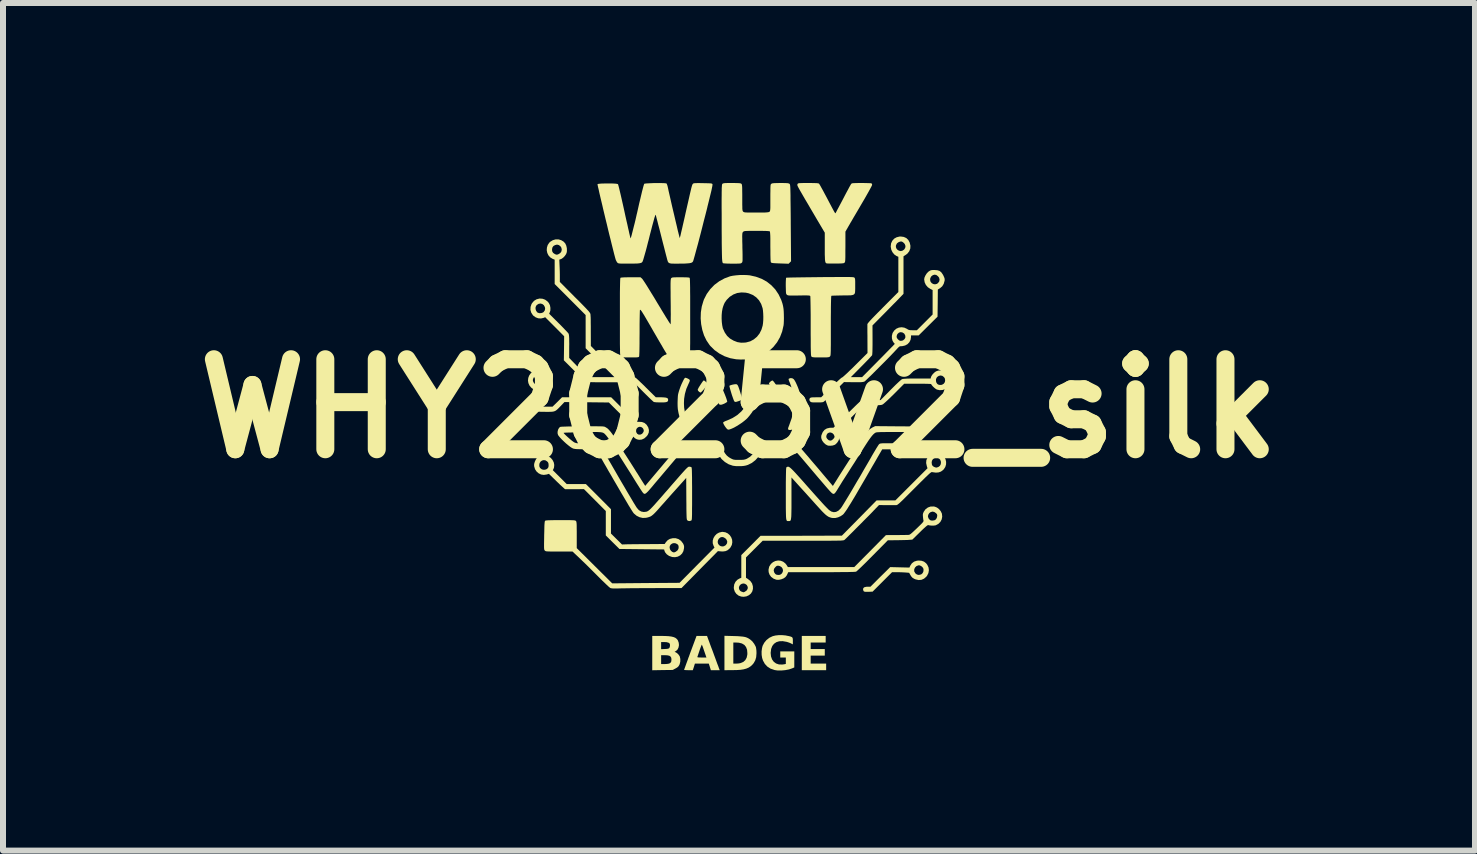
<source format=kicad_pcb>
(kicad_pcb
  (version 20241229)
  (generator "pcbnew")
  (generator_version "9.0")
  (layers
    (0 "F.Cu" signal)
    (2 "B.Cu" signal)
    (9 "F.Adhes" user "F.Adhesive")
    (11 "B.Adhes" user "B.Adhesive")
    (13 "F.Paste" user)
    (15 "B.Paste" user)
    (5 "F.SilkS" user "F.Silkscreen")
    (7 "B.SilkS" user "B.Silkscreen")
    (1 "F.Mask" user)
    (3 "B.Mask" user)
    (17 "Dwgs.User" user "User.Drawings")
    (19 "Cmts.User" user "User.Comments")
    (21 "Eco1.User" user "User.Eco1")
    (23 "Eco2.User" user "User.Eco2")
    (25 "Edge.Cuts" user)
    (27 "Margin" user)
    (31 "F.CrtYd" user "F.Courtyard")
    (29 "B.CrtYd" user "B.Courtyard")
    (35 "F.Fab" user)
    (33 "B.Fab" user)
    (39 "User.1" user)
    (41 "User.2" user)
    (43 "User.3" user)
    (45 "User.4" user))
  (footprint "WHY2025v2_silk"
    (layer "F.Cu")
    (at 9.264 3.758)
    (property "Reference" "WHY2025v2_silk" (at 0 0 0) (layer "F.SilkS") (effects (font (size 1.5 1.5) (thickness 0.3))))
    (attr board_only exclude_from_pos_files exclude_from_bom)
    (fp_poly (pts (xy 1.445 3.844) (xy 1.445 3.899) (xy 1.32 3.899) (xy 1.195 3.899) (xy 1.195 3.953) (xy 1.195 4.008) (xy 1.313 4.008) (xy 1.43 4.008) (xy 1.43 4.063) (xy 1.43 4.117) (xy 1.313 4.117) (xy 1.195 4.117) (xy 1.195 4.184) (xy 1.195 4.25) (xy 1.324 4.25) (xy 1.453 4.25) (xy 1.453 4.305) (xy 1.453 4.36) (xy 1.25 4.36) (xy 1.047 4.36) (xy 1.047 4.074) (xy 1.047 3.789) (xy 1.246 3.789) (xy 1.445 3.789)) (stroke (width 0) (type solid)) (fill yes) (layer "F.SilkS"))
    (fp_poly (pts (xy -0.575 -0.464) (xy -0.558 -0.451) (xy -0.541 -0.435) (xy -0.528 -0.42) (xy -0.523 -0.411) (xy -0.528 -0.399) (xy -0.541 -0.379) (xy -0.559 -0.354) (xy -0.579 -0.327) (xy -0.601 -0.302) (xy -0.62 -0.282) (xy -0.634 -0.269) (xy -0.64 -0.266) (xy -0.65 -0.27) (xy -0.666 -0.281) (xy -0.667 -0.282) (xy -0.681 -0.297) (xy -0.688 -0.313) (xy -0.688 -0.313) (xy -0.683 -0.325) (xy -0.673 -0.346) (xy -0.657 -0.372) (xy -0.639 -0.4) (xy -0.621 -0.427) (xy -0.605 -0.45) (xy -0.592 -0.465) (xy -0.586 -0.469)) (stroke (width 0) (type solid)) (fill yes) (layer "F.SilkS"))
    (fp_poly (pts (xy 0.569 -0.46) (xy 0.584 -0.443) (xy 0.602 -0.418) (xy 0.621 -0.389) (xy 0.639 -0.36) (xy 0.654 -0.334) (xy 0.664 -0.313) (xy 0.667 -0.302) (xy 0.667 -0.301) (xy 0.659 -0.293) (xy 0.643 -0.282) (xy 0.624 -0.272) (xy 0.609 -0.266) (xy 0.606 -0.266) (xy 0.6 -0.271) (xy 0.592 -0.279) (xy 0.577 -0.298) (xy 0.559 -0.323) (xy 0.54 -0.35) (xy 0.522 -0.377) (xy 0.509 -0.399) (xy 0.501 -0.413) (xy 0.5 -0.417) (xy 0.506 -0.43) (xy 0.521 -0.446) (xy 0.539 -0.46) (xy 0.555 -0.467) (xy 0.559 -0.468)) (stroke (width 0) (type solid)) (fill yes) (layer "F.SilkS"))
    (fp_poly (pts (xy -0.276 -0.331) (xy -0.26 -0.294) (xy -0.243 -0.253) (xy -0.227 -0.213) (xy -0.213 -0.176) (xy -0.203 -0.145) (xy -0.197 -0.124) (xy -0.195 -0.116) (xy -0.202 -0.107) (xy -0.22 -0.095) (xy -0.244 -0.082) (xy -0.27 -0.071) (xy -0.294 -0.064) (xy -0.308 -0.063) (xy -0.325 -0.067) (xy -0.336 -0.081) (xy -0.34 -0.088) (xy -0.371 -0.161) (xy -0.398 -0.222) (xy -0.419 -0.272) (xy -0.434 -0.308) (xy -0.443 -0.332) (xy -0.445 -0.342) (xy -0.438 -0.352) (xy -0.42 -0.364) (xy -0.395 -0.375) (xy -0.366 -0.384) (xy -0.343 -0.388) (xy -0.305 -0.393)) (stroke (width 0) (type solid)) (fill yes) (layer "F.SilkS"))
    (fp_poly (pts (xy -0.038 -0.404) (xy -0.028 -0.397) (xy -0.018 -0.383) (xy -0.008 -0.36) (xy 0.004 -0.326) (xy 0.019 -0.279) (xy 0.023 -0.266) (xy 0.036 -0.221) (xy 0.044 -0.188) (xy 0.047 -0.166) (xy 0.043 -0.15) (xy 0.033 -0.139) (xy 0.014 -0.131) (xy -0.011 -0.122) (xy -0.04 -0.113) (xy -0.057 -0.11) (xy -0.069 -0.113) (xy -0.077 -0.12) (xy -0.078 -0.121) (xy -0.084 -0.133) (xy -0.093 -0.156) (xy -0.104 -0.187) (xy -0.117 -0.224) (xy -0.129 -0.263) (xy -0.14 -0.3) (xy -0.15 -0.334) (xy -0.156 -0.36) (xy -0.159 -0.376) (xy -0.159 -0.379) (xy -0.15 -0.385) (xy -0.13 -0.392) (xy -0.104 -0.399) (xy -0.076 -0.404) (xy -0.052 -0.406) (xy -0.05 -0.406)) (stroke (width 0) (type solid)) (fill yes) (layer "F.SilkS"))
    (fp_poly (pts (xy 0.892 -0.503) (xy 0.912 -0.49) (xy 0.927 -0.47) (xy 0.945 -0.438) (xy 0.963 -0.399) (xy 0.981 -0.357) (xy 0.997 -0.314) (xy 1.008 -0.277) (xy 1.017 -0.231) (xy 1.022 -0.173) (xy 1.025 -0.11) (xy 1.023 -0.045) (xy 1.019 0.017) (xy 1.012 0.069) (xy 0.998 0.127) (xy 0.981 0.185) (xy 0.96 0.24) (xy 0.938 0.288) (xy 0.916 0.326) (xy 0.909 0.335) (xy 0.891 0.348) (xy 0.867 0.356) (xy 0.843 0.358) (xy 0.825 0.352) (xy 0.821 0.349) (xy 0.818 0.341) (xy 0.819 0.327) (xy 0.826 0.306) (xy 0.839 0.273) (xy 0.839 0.272) (xy 0.878 0.162) (xy 0.905 0.055) (xy 0.919 -0.046) (xy 0.919 -0.137) (xy 0.91 -0.209) (xy 0.894 -0.288) (xy 0.87 -0.368) (xy 0.849 -0.426) (xy 0.836 -0.457) (xy 0.829 -0.477) (xy 0.827 -0.489) (xy 0.83 -0.496) (xy 0.836 -0.5) (xy 0.864 -0.508)) (stroke (width 0) (type solid)) (fill yes) (layer "F.SilkS"))
    (fp_poly (pts (xy 0.258 -0.377) (xy 0.286 -0.374) (xy 0.316 -0.368) (xy 0.341 -0.362) (xy 0.359 -0.355) (xy 0.362 -0.352) (xy 0.365 -0.339) (xy 0.363 -0.315) (xy 0.357 -0.28) (xy 0.348 -0.239) (xy 0.335 -0.194) (xy 0.321 -0.148) (xy 0.304 -0.102) (xy 0.287 -0.061) (xy 0.276 -0.035) (xy 0.248 0.015) (xy 0.214 0.068) (xy 0.177 0.117) (xy 0.141 0.159) (xy 0.127 0.173) (xy 0.092 0.203) (xy 0.051 0.235) (xy 0.006 0.265) (xy -0.039 0.293) (xy -0.083 0.318) (xy -0.123 0.336) (xy -0.156 0.348) (xy -0.176 0.352) (xy -0.194 0.345) (xy -0.212 0.326) (xy -0.237 0.292) (xy -0.254 0.262) (xy -0.263 0.241) (xy -0.263 0.231) (xy -0.254 0.224) (xy -0.235 0.213) (xy -0.208 0.202) (xy -0.201 0.2) (xy -0.109 0.159) (xy -0.029 0.109) (xy 0.039 0.049) (xy 0.09 -0.012) (xy 0.135 -0.086) (xy 0.171 -0.169) (xy 0.196 -0.256) (xy 0.207 -0.322) (xy 0.212 -0.348) (xy 0.218 -0.368) (xy 0.223 -0.375) (xy 0.235 -0.378)) (stroke (width 0) (type solid)) (fill yes) (layer "F.SilkS"))
    (fp_poly (pts (xy -0.867 -0.506) (xy -0.846 -0.496) (xy -0.828 -0.485) (xy -0.823 -0.479) (xy -0.819 -0.47) (xy -0.821 -0.457) (xy -0.829 -0.436) (xy -0.84 -0.413) (xy -0.877 -0.328) (xy -0.901 -0.243) (xy -0.914 -0.162) (xy -0.917 -0.089) (xy -0.914 -0.017) (xy -0.902 0.056) (xy -0.882 0.135) (xy -0.854 0.221) (xy -0.844 0.246) (xy -0.832 0.28) (xy -0.822 0.309) (xy -0.815 0.329) (xy -0.813 0.337) (xy -0.819 0.343) (xy -0.835 0.35) (xy -0.855 0.356) (xy -0.873 0.359) (xy -0.875 0.359) (xy -0.89 0.354) (xy -0.9 0.346) (xy -0.917 0.321) (xy -0.936 0.284) (xy -0.956 0.238) (xy -0.975 0.186) (xy -0.992 0.133) (xy -1.006 0.08) (xy -1.012 0.049) (xy -1.019 0.008) (xy -1.022 -0.035) (xy -1.023 -0.086) (xy -1.022 -0.129) (xy -1.02 -0.175) (xy -1.018 -0.21) (xy -1.014 -0.239) (xy -1.007 -0.266) (xy -0.998 -0.297) (xy -0.989 -0.324) (xy -0.974 -0.366) (xy -0.957 -0.407) (xy -0.939 -0.445) (xy -0.923 -0.478) (xy -0.909 -0.501) (xy -0.899 -0.512) (xy -0.886 -0.512)) (stroke (width 0) (type solid)) (fill yes) (layer "F.SilkS"))
    (fp_poly (pts (xy -0.088 3.791) (xy -0.023 3.793) (xy 0.028 3.797) (xy 0.069 3.801) (xy 0.102 3.807) (xy 0.13 3.816) (xy 0.155 3.828) (xy 0.18 3.844) (xy 0.184 3.846) (xy 0.222 3.879) (xy 0.254 3.921) (xy 0.278 3.965) (xy 0.283 3.979) (xy 0.287 4.003) (xy 0.291 4.036) (xy 0.292 4.071) (xy 0.292 4.078) (xy 0.287 4.143) (xy 0.271 4.197) (xy 0.245 4.243) (xy 0.222 4.27) (xy 0.192 4.297) (xy 0.159 4.318) (xy 0.121 4.334) (xy 0.076 4.346) (xy 0.022 4.354) (xy -0.043 4.358) (xy -0.122 4.359) (xy -0.123 4.359) (xy -0.242 4.36) (xy -0.242 4.074) (xy -0.094 4.074) (xy -0.094 4.25) (xy -0.049 4.25) (xy -0.018 4.249) (xy 0.011 4.245) (xy 0.024 4.242) (xy 0.071 4.223) (xy 0.105 4.193) (xy 0.128 4.152) (xy 0.139 4.102) (xy 0.14 4.075) (xy 0.135 4.019) (xy 0.118 3.974) (xy 0.09 3.939) (xy 0.05 3.915) (xy -0.001 3.902) (xy -0.049 3.899) (xy -0.094 3.899) (xy -0.094 4.074) (xy -0.242 4.074) (xy -0.242 4.073) (xy -0.242 3.787)) (stroke (width 0) (type solid)) (fill yes) (layer "F.SilkS"))
    (fp_poly (pts (xy 0.778 3.781) (xy 0.796 3.785) (xy 0.837 3.793) (xy 0.865 3.801) (xy 0.883 3.809) (xy 0.893 3.821) (xy 0.897 3.837) (xy 0.898 3.861) (xy 0.898 3.873) (xy 0.898 3.93) (xy 0.867 3.914) (xy 0.842 3.903) (xy 0.81 3.892) (xy 0.792 3.887) (xy 0.728 3.876) (xy 0.671 3.878) (xy 0.623 3.893) (xy 0.584 3.92) (xy 0.555 3.957) (xy 0.536 4.006) (xy 0.529 4.065) (xy 0.528 4.071) (xy 0.534 4.131) (xy 0.552 4.181) (xy 0.58 4.22) (xy 0.618 4.248) (xy 0.665 4.264) (xy 0.72 4.266) (xy 0.757 4.261) (xy 0.781 4.256) (xy 0.781 4.202) (xy 0.781 4.149) (xy 0.734 4.149) (xy 0.688 4.149) (xy 0.688 4.098) (xy 0.688 4.047) (xy 0.805 4.047) (xy 0.922 4.047) (xy 0.922 4.18) (xy 0.922 4.314) (xy 0.887 4.329) (xy 0.834 4.347) (xy 0.772 4.359) (xy 0.707 4.365) (xy 0.645 4.365) (xy 0.591 4.357) (xy 0.59 4.356) (xy 0.526 4.334) (xy 0.473 4.3) (xy 0.431 4.255) (xy 0.4 4.199) (xy 0.386 4.156) (xy 0.378 4.105) (xy 0.377 4.048) (xy 0.384 3.993) (xy 0.394 3.954) (xy 0.421 3.903) (xy 0.459 3.857) (xy 0.508 3.819) (xy 0.563 3.793) (xy 0.608 3.782) (xy 0.662 3.776) (xy 0.721 3.776)) (stroke (width 0) (type solid)) (fill yes) (layer "F.SilkS"))
    (fp_poly (pts (xy -0.516 3.834) (xy -0.509 3.853) (xy -0.497 3.884) (xy -0.482 3.926) (xy -0.464 3.975) (xy -0.443 4.029) (xy -0.422 4.086) (xy -0.418 4.098) (xy -0.397 4.154) (xy -0.378 4.206) (xy -0.361 4.253) (xy -0.346 4.291) (xy -0.336 4.32) (xy -0.33 4.336) (xy -0.329 4.338) (xy -0.321 4.36) (xy -0.394 4.36) (xy -0.468 4.36) (xy -0.485 4.305) (xy -0.503 4.25) (xy -0.618 4.25) (xy -0.734 4.25) (xy -0.751 4.305) (xy -0.769 4.36) (xy -0.841 4.36) (xy -0.873 4.359) (xy -0.898 4.358) (xy -0.912 4.356) (xy -0.914 4.354) (xy -0.912 4.346) (xy -0.904 4.325) (xy -0.892 4.292) (xy -0.877 4.25) (xy -0.858 4.199) (xy -0.838 4.142) (xy -0.836 4.139) (xy -0.694 4.139) (xy -0.691 4.144) (xy -0.679 4.147) (xy -0.655 4.148) (xy -0.62 4.149) (xy -0.542 4.149) (xy -0.578 4.044) (xy -0.591 4.006) (xy -0.602 3.973) (xy -0.612 3.949) (xy -0.617 3.936) (xy -0.618 3.934) (xy -0.622 3.94) (xy -0.63 3.957) (xy -0.64 3.984) (xy -0.653 4.019) (xy -0.656 4.029) (xy -0.669 4.067) (xy -0.68 4.1) (xy -0.688 4.124) (xy -0.693 4.138) (xy -0.694 4.139) (xy -0.836 4.139) (xy -0.815 4.08) (xy -0.811 4.069) (xy -0.707 3.789) (xy -0.62 3.789) (xy -0.532 3.789)) (stroke (width 0) (type solid)) (fill yes) (layer "F.SilkS"))
    (fp_poly (pts (xy 3.041 2.536) (xy 3.083 2.551) (xy 3.119 2.579) (xy 3.139 2.605) (xy 3.159 2.648) (xy 3.165 2.694) (xy 3.157 2.741) (xy 3.135 2.785) (xy 3.121 2.803) (xy 3.084 2.835) (xy 3.041 2.854) (xy 2.994 2.858) (xy 2.944 2.847) (xy 2.918 2.836) (xy 2.892 2.82) (xy 2.871 2.797) (xy 2.859 2.778) (xy 2.836 2.737) (xy 2.776 2.732) (xy 2.741 2.73) (xy 2.698 2.728) (xy 2.653 2.727) (xy 2.634 2.727) (xy 2.551 2.727) (xy 2.389 2.889) (xy 2.227 3.051) (xy 2.158 3.054) (xy 2.122 3.054) (xy 2.099 3.053) (xy 2.086 3.049) (xy 2.079 3.045) (xy 2.071 3.028) (xy 2.068 3.011) (xy 2.073 2.991) (xy 2.091 2.977) (xy 2.122 2.97) (xy 2.148 2.969) (xy 2.191 2.969) (xy 2.355 2.805) (xy 2.453 2.709) (xy 2.92 2.709) (xy 2.922 2.716) (xy 2.94 2.747) (xy 2.966 2.766) (xy 2.997 2.773) (xy 3.032 2.765) (xy 3.039 2.762) (xy 3.06 2.743) (xy 3.073 2.716) (xy 3.076 2.685) (xy 3.073 2.667) (xy 3.058 2.643) (xy 3.035 2.624) (xy 3.009 2.613) (xy 2.989 2.613) (xy 2.957 2.626) (xy 2.934 2.649) (xy 2.921 2.677) (xy 2.92 2.709) (xy 2.453 2.709) (xy 2.52 2.642) (xy 2.68 2.646) (xy 2.84 2.65) (xy 2.856 2.616) (xy 2.882 2.578) (xy 2.918 2.551) (xy 2.964 2.536) (xy 2.991 2.533)) (stroke (width 0) (type solid)) (fill yes) (layer "F.SilkS"))
    (fp_poly (pts (xy -1.236 3.79) (xy -1.176 3.793) (xy -1.128 3.799) (xy -1.09 3.808) (xy -1.061 3.82) (xy -1.039 3.837) (xy -1.022 3.857) (xy -1.018 3.864) (xy -1.004 3.902) (xy -1 3.942) (xy -1.007 3.981) (xy -1.023 4.015) (xy -1.048 4.039) (xy -1.05 4.04) (xy -1.073 4.054) (xy -1.054 4.062) (xy -1.03 4.077) (xy -1.006 4.101) (xy -0.988 4.128) (xy -0.985 4.136) (xy -0.977 4.174) (xy -0.978 4.218) (xy -0.988 4.259) (xy -0.995 4.274) (xy -1.01 4.298) (xy -1.031 4.316) (xy -1.059 4.332) (xy -1.104 4.356) (xy -1.275 4.358) (xy -1.445 4.361) (xy -1.445 4.184) (xy -1.297 4.184) (xy -1.297 4.258) (xy -1.238 4.258) (xy -1.199 4.256) (xy -1.169 4.251) (xy -1.157 4.247) (xy -1.138 4.233) (xy -1.128 4.215) (xy -1.125 4.187) (xy -1.125 4.184) (xy -1.128 4.154) (xy -1.14 4.133) (xy -1.161 4.119) (xy -1.194 4.112) (xy -1.238 4.11) (xy -1.297 4.11) (xy -1.297 4.184) (xy -1.445 4.184) (xy -1.445 4.075) (xy -1.445 3.95) (xy -1.297 3.95) (xy -1.297 4.01) (xy -1.234 4.007) (xy -1.2 4.005) (xy -1.179 4.001) (xy -1.166 3.995) (xy -1.16 3.989) (xy -1.152 3.969) (xy -1.149 3.945) (xy -1.152 3.923) (xy -1.154 3.917) (xy -1.173 3.902) (xy -1.206 3.893) (xy -1.246 3.891) (xy -1.297 3.891) (xy -1.297 3.95) (xy -1.445 3.95) (xy -1.445 3.789) (xy -1.31 3.789)) (stroke (width 0) (type solid)) (fill yes) (layer "F.SilkS"))
    (fp_poly (pts (xy 0.133 -2.224) (xy 0.179 -2.22) (xy 0.282 -2.197) (xy 0.377 -2.162) (xy 0.463 -2.115) (xy 0.539 -2.055) (xy 0.605 -1.985) (xy 0.66 -1.903) (xy 0.704 -1.811) (xy 0.724 -1.752) (xy 0.732 -1.721) (xy 0.738 -1.691) (xy 0.743 -1.658) (xy 0.746 -1.619) (xy 0.748 -1.568) (xy 0.748 -1.563) (xy 0.749 -1.507) (xy 0.748 -1.456) (xy 0.746 -1.412) (xy 0.743 -1.385) (xy 0.72 -1.284) (xy 0.684 -1.19) (xy 0.635 -1.104) (xy 0.574 -1.027) (xy 0.503 -0.961) (xy 0.422 -0.905) (xy 0.352 -0.87) (xy 0.28 -0.846) (xy 0.199 -0.828) (xy 0.111 -0.818) (xy 0.021 -0.817) (xy -0.047 -0.821) (xy -0.145 -0.839) (xy -0.239 -0.871) (xy -0.327 -0.917) (xy -0.407 -0.974) (xy -0.477 -1.043) (xy -0.492 -1.062) (xy -0.542 -1.136) (xy -0.582 -1.219) (xy -0.611 -1.31) (xy -0.63 -1.406) (xy -0.638 -1.5) (xy -0.289 -1.5) (xy -0.286 -1.441) (xy -0.279 -1.386) (xy -0.27 -1.342) (xy -0.267 -1.333) (xy -0.236 -1.266) (xy -0.198 -1.211) (xy -0.15 -1.167) (xy -0.09 -1.132) (xy -0.088 -1.131) (xy -0.026 -1.107) (xy 0.035 -1.097) (xy 0.099 -1.099) (xy 0.121 -1.102) (xy 0.188 -1.12) (xy 0.247 -1.152) (xy 0.3 -1.196) (xy 0.343 -1.251) (xy 0.375 -1.315) (xy 0.395 -1.382) (xy 0.401 -1.423) (xy 0.405 -1.474) (xy 0.406 -1.529) (xy 0.404 -1.584) (xy 0.4 -1.634) (xy 0.394 -1.672) (xy 0.37 -1.743) (xy 0.334 -1.804) (xy 0.287 -1.854) (xy 0.23 -1.893) (xy 0.163 -1.92) (xy 0.114 -1.931) (xy 0.04 -1.935) (xy -0.03 -1.925) (xy -0.095 -1.9) (xy -0.154 -1.862) (xy -0.205 -1.811) (xy -0.237 -1.765) (xy -0.249 -1.74) (xy -0.262 -1.706) (xy -0.273 -1.67) (xy -0.274 -1.664) (xy -0.283 -1.616) (xy -0.288 -1.56) (xy -0.289 -1.5) (xy -0.638 -1.5) (xy -0.638 -1.505) (xy -0.635 -1.603) (xy -0.62 -1.7) (xy -0.593 -1.791) (xy -0.583 -1.819) (xy -0.537 -1.909) (xy -0.478 -1.99) (xy -0.409 -2.061) (xy -0.329 -2.121) (xy -0.241 -2.169) (xy -0.147 -2.204) (xy -0.103 -2.213) (xy -0.048 -2.22) (xy 0.013 -2.225) (xy 0.075 -2.226)) (stroke (width 0) (type solid)) (fill yes) (layer "F.SilkS"))
    (fp_poly (pts (xy 2.087 -3.758) (xy 2.13 -3.757) (xy 2.166 -3.756) (xy 2.192 -3.755) (xy 2.206 -3.754) (xy 2.207 -3.753) (xy 2.216 -3.743) (xy 2.219 -3.729) (xy 2.215 -3.717) (xy 2.204 -3.694) (xy 2.185 -3.659) (xy 2.161 -3.615) (xy 2.131 -3.562) (xy 2.097 -3.502) (xy 2.06 -3.439) (xy 2.022 -3.374) (xy 1.984 -3.309) (xy 1.947 -3.246) (xy 1.912 -3.187) (xy 1.882 -3.135) (xy 1.856 -3.091) (xy 1.838 -3.059) (xy 1.837 -3.058) (xy 1.774 -2.948) (xy 1.774 -2.697) (xy 1.773 -2.627) (xy 1.773 -2.571) (xy 1.773 -2.528) (xy 1.772 -2.495) (xy 1.771 -2.471) (xy 1.769 -2.455) (xy 1.767 -2.443) (xy 1.763 -2.436) (xy 1.759 -2.431) (xy 1.759 -2.431) (xy 1.753 -2.426) (xy 1.743 -2.422) (xy 1.727 -2.42) (xy 1.704 -2.418) (xy 1.671 -2.417) (xy 1.625 -2.416) (xy 1.609 -2.416) (xy 1.564 -2.416) (xy 1.523 -2.417) (xy 1.491 -2.417) (xy 1.468 -2.418) (xy 1.46 -2.419) (xy 1.452 -2.423) (xy 1.445 -2.43) (xy 1.44 -2.441) (xy 1.436 -2.459) (xy 1.433 -2.485) (xy 1.432 -2.521) (xy 1.43 -2.567) (xy 1.43 -2.626) (xy 1.43 -2.697) (xy 1.43 -2.931) (xy 1.302 -3.147) (xy 1.247 -3.241) (xy 1.195 -3.329) (xy 1.148 -3.41) (xy 1.105 -3.482) (xy 1.068 -3.546) (xy 1.037 -3.6) (xy 1.012 -3.643) (xy 0.995 -3.674) (xy 0.989 -3.685) (xy 0.977 -3.709) (xy 0.972 -3.726) (xy 0.975 -3.738) (xy 0.976 -3.742) (xy 0.98 -3.747) (xy 0.985 -3.751) (xy 0.994 -3.754) (xy 1.008 -3.756) (xy 1.031 -3.757) (xy 1.063 -3.758) (xy 1.107 -3.758) (xy 1.156 -3.758) (xy 1.216 -3.758) (xy 1.263 -3.757) (xy 1.296 -3.756) (xy 1.318 -3.753) (xy 1.331 -3.75) (xy 1.334 -3.748) (xy 1.342 -3.736) (xy 1.357 -3.711) (xy 1.376 -3.676) (xy 1.4 -3.633) (xy 1.426 -3.584) (xy 1.455 -3.53) (xy 1.473 -3.496) (xy 1.508 -3.429) (xy 1.537 -3.374) (xy 1.56 -3.331) (xy 1.577 -3.299) (xy 1.59 -3.276) (xy 1.599 -3.262) (xy 1.605 -3.255) (xy 1.608 -3.254) (xy 1.608 -3.254) (xy 1.612 -3.261) (xy 1.623 -3.281) (xy 1.639 -3.312) (xy 1.66 -3.351) (xy 1.685 -3.398) (xy 1.713 -3.451) (xy 1.735 -3.493) (xy 1.764 -3.549) (xy 1.792 -3.602) (xy 1.817 -3.648) (xy 1.838 -3.688) (xy 1.855 -3.718) (xy 1.866 -3.737) (xy 1.87 -3.743) (xy 1.875 -3.748) (xy 1.883 -3.752) (xy 1.895 -3.755) (xy 1.914 -3.756) (xy 1.942 -3.757) (xy 1.98 -3.758) (xy 2.032 -3.758) (xy 2.038 -3.758)) (stroke (width 0) (type solid)) (fill yes) (layer "F.SilkS"))
    (fp_poly (pts (xy 1.799 -2.192) (xy 1.836 -2.192) (xy 1.864 -2.191) (xy 1.885 -2.19) (xy 1.901 -2.189) (xy 1.911 -2.187) (xy 1.918 -2.185) (xy 1.923 -2.183) (xy 1.925 -2.18) (xy 1.93 -2.173) (xy 1.934 -2.161) (xy 1.936 -2.142) (xy 1.937 -2.114) (xy 1.937 -2.074) (xy 1.937 -2.044) (xy 1.937 -1.997) (xy 1.936 -1.96) (xy 1.934 -1.933) (xy 1.927 -1.913) (xy 1.914 -1.9) (xy 1.894 -1.892) (xy 1.865 -1.887) (xy 1.824 -1.886) (xy 1.771 -1.885) (xy 1.729 -1.885) (xy 1.678 -1.884) (xy 1.631 -1.883) (xy 1.592 -1.882) (xy 1.562 -1.881) (xy 1.545 -1.88) (xy 1.541 -1.879) (xy 1.539 -1.875) (xy 1.537 -1.865) (xy 1.536 -1.847) (xy 1.535 -1.82) (xy 1.534 -1.783) (xy 1.533 -1.737) (xy 1.532 -1.678) (xy 1.532 -1.608) (xy 1.531 -1.524) (xy 1.531 -1.426) (xy 1.531 -1.379) (xy 1.531 -1.279) (xy 1.531 -1.193) (xy 1.531 -1.121) (xy 1.531 -1.06) (xy 1.53 -1.011) (xy 1.53 -0.971) (xy 1.529 -0.94) (xy 1.528 -0.916) (xy 1.527 -0.899) (xy 1.525 -0.887) (xy 1.523 -0.878) (xy 1.52 -0.873) (xy 1.517 -0.869) (xy 1.516 -0.867) (xy 1.509 -0.862) (xy 1.5 -0.858) (xy 1.487 -0.855) (xy 1.468 -0.853) (xy 1.439 -0.852) (xy 1.398 -0.852) (xy 1.361 -0.852) (xy 1.31 -0.852) (xy 1.273 -0.852) (xy 1.247 -0.854) (xy 1.229 -0.856) (xy 1.218 -0.859) (xy 1.211 -0.863) (xy 1.208 -0.866) (xy 1.206 -0.87) (xy 1.203 -0.876) (xy 1.202 -0.886) (xy 1.2 -0.901) (xy 1.199 -0.922) (xy 1.198 -0.95) (xy 1.197 -0.986) (xy 1.196 -1.032) (xy 1.196 -1.088) (xy 1.196 -1.155) (xy 1.195 -1.236) (xy 1.195 -1.331) (xy 1.195 -1.372) (xy 1.195 -1.472) (xy 1.195 -1.563) (xy 1.194 -1.644) (xy 1.193 -1.714) (xy 1.192 -1.773) (xy 1.191 -1.82) (xy 1.19 -1.852) (xy 1.189 -1.871) (xy 1.188 -1.875) (xy 1.183 -1.879) (xy 1.175 -1.882) (xy 1.159 -1.884) (xy 1.136 -1.885) (xy 1.102 -1.885) (xy 1.057 -1.885) (xy 0.998 -1.884) (xy 0.94 -1.883) (xy 0.895 -1.883) (xy 0.862 -1.883) (xy 0.838 -1.884) (xy 0.821 -1.886) (xy 0.81 -1.889) (xy 0.803 -1.893) (xy 0.799 -1.896) (xy 0.793 -1.902) (xy 0.788 -1.91) (xy 0.785 -1.921) (xy 0.783 -1.94) (xy 0.782 -1.967) (xy 0.781 -2.006) (xy 0.78 -2.042) (xy 0.78 -2.086) (xy 0.781 -2.124) (xy 0.783 -2.154) (xy 0.784 -2.174) (xy 0.786 -2.179) (xy 0.795 -2.181) (xy 0.818 -2.182) (xy 0.854 -2.183) (xy 0.902 -2.184) (xy 0.961 -2.185) (xy 1.029 -2.186) (xy 1.105 -2.187) (xy 1.188 -2.188) (xy 1.277 -2.189) (xy 1.353 -2.19) (xy 1.46 -2.191) (xy 1.553 -2.191) (xy 1.632 -2.192) (xy 1.699 -2.192) (xy 1.754 -2.192)) (stroke (width 0) (type solid)) (fill yes) (layer "F.SilkS"))
    (fp_poly (pts (xy -2.904 1.86) (xy -2.85 1.86) (xy -2.807 1.86) (xy -2.776 1.861) (xy -2.753 1.862) (xy -2.737 1.864) (xy -2.727 1.867) (xy -2.72 1.87) (xy -2.716 1.874) (xy -2.712 1.88) (xy -2.709 1.889) (xy -2.707 1.903) (xy -2.705 1.923) (xy -2.704 1.953) (xy -2.704 1.993) (xy -2.703 2.044) (xy -2.703 2.107) (xy -2.703 2.326) (xy -2.408 2.619) (xy -2.112 2.913) (xy -1.551 2.908) (xy -0.99 2.904) (xy -0.699 2.61) (xy -0.408 2.317) (xy -0.423 2.288) (xy -0.437 2.245) (xy -0.437 2.224) (xy -0.355 2.224) (xy -0.348 2.252) (xy -0.332 2.275) (xy -0.309 2.291) (xy -0.281 2.298) (xy -0.252 2.295) (xy -0.224 2.279) (xy -0.218 2.274) (xy -0.199 2.246) (xy -0.195 2.216) (xy -0.206 2.187) (xy -0.222 2.167) (xy -0.252 2.147) (xy -0.282 2.14) (xy -0.311 2.148) (xy -0.336 2.17) (xy -0.349 2.193) (xy -0.355 2.224) (xy -0.437 2.224) (xy -0.437 2.201) (xy -0.425 2.159) (xy -0.402 2.121) (xy -0.371 2.089) (xy -0.332 2.067) (xy -0.288 2.056) (xy -0.273 2.055) (xy -0.226 2.062) (xy -0.186 2.081) (xy -0.153 2.11) (xy -0.129 2.146) (xy -0.114 2.187) (xy -0.111 2.23) (xy -0.119 2.273) (xy -0.141 2.314) (xy -0.155 2.331) (xy -0.188 2.36) (xy -0.224 2.376) (xy -0.268 2.382) (xy -0.294 2.381) (xy -0.351 2.376) (xy -0.655 2.684) (xy -0.958 2.992) (xy -1.391 2.992) (xy -1.478 2.993) (xy -1.564 2.993) (xy -1.649 2.993) (xy -1.729 2.994) (xy -1.802 2.994) (xy -1.867 2.995) (xy -1.921 2.996) (xy -1.963 2.996) (xy -1.973 2.997) (xy -2.028 2.998) (xy -2.069 2.998) (xy -2.1 2.998) (xy -2.121 2.996) (xy -2.136 2.993) (xy -2.145 2.99) (xy -2.156 2.981) (xy -2.176 2.964) (xy -2.205 2.937) (xy -2.239 2.904) (xy -2.28 2.865) (xy -2.323 2.822) (xy -2.356 2.789) (xy -2.407 2.738) (xy -2.46 2.685) (xy -2.513 2.632) (xy -2.564 2.582) (xy -2.61 2.538) (xy -2.648 2.501) (xy -2.658 2.492) (xy -2.773 2.383) (xy -2.996 2.383) (xy -3.061 2.383) (xy -3.112 2.383) (xy -3.151 2.382) (xy -3.18 2.381) (xy -3.201 2.38) (xy -3.215 2.378) (xy -3.224 2.375) (xy -3.23 2.371) (xy -3.235 2.367) (xy -3.239 2.362) (xy -3.243 2.356) (xy -3.245 2.347) (xy -3.247 2.333) (xy -3.248 2.313) (xy -3.248 2.285) (xy -3.248 2.247) (xy -3.247 2.197) (xy -3.246 2.133) (xy -3.246 2.115) (xy -3.244 2.047) (xy -3.243 1.993) (xy -3.242 1.951) (xy -3.24 1.92) (xy -3.238 1.898) (xy -3.236 1.884) (xy -3.233 1.875) (xy -3.229 1.87) (xy -3.229 1.869) (xy -3.221 1.866) (xy -3.204 1.864) (xy -3.178 1.862) (xy -3.141 1.861) (xy -3.092 1.86) (xy -3.03 1.86) (xy -2.973 1.859)) (stroke (width 0) (type solid)) (fill yes) (layer "F.SilkS"))
    (fp_poly (pts (xy -3.198 0.787) (xy -3.174 0.796) (xy -3.135 0.823) (xy -3.106 0.858) (xy -3.086 0.898) (xy -3.078 0.94) (xy -3.082 0.981) (xy -3.09 1.004) (xy -3.102 1.027) (xy -2.987 1.142) (xy -2.871 1.258) (xy -2.711 1.258) (xy -2.551 1.258) (xy -2.342 1.467) (xy -2.133 1.677) (xy -2.133 1.88) (xy -2.133 2.083) (xy -2.041 2.174) (xy -1.949 2.265) (xy -1.859 2.262) (xy -1.829 2.262) (xy -1.786 2.261) (xy -1.733 2.261) (xy -1.672 2.26) (xy -1.607 2.259) (xy -1.539 2.259) (xy -1.504 2.259) (xy -1.238 2.257) (xy -1.217 2.226) (xy -1.187 2.193) (xy -1.151 2.172) (xy -1.105 2.161) (xy -1.105 2.161) (xy -1.053 2.161) (xy -1.006 2.176) (xy -0.965 2.205) (xy -0.932 2.248) (xy -0.932 2.248) (xy -0.921 2.271) (xy -0.915 2.292) (xy -0.915 2.319) (xy -0.916 2.329) (xy -0.926 2.376) (xy -0.948 2.416) (xy -0.98 2.447) (xy -1.02 2.468) (xy -1.065 2.477) (xy -1.113 2.474) (xy -1.161 2.457) (xy -1.163 2.457) (xy -1.203 2.429) (xy -1.231 2.395) (xy -1.242 2.369) (xy -1.247 2.348) (xy -1.62 2.344) (xy -1.992 2.34) (xy -2.02 2.312) (xy -1.156 2.312) (xy -1.15 2.344) (xy -1.133 2.371) (xy -1.109 2.39) (xy -1.106 2.391) (xy -1.089 2.397) (xy -1.075 2.396) (xy -1.057 2.388) (xy -1.056 2.388) (xy -1.026 2.366) (xy -1.009 2.339) (xy -1.005 2.312) (xy -1.007 2.288) (xy -1.016 2.271) (xy -1.026 2.261) (xy -1.054 2.246) (xy -1.084 2.242) (xy -1.113 2.249) (xy -1.137 2.266) (xy -1.152 2.29) (xy -1.156 2.312) (xy -2.02 2.312) (xy -2.106 2.227) (xy -2.219 2.114) (xy -2.219 1.911) (xy -2.219 1.708) (xy -2.401 1.525) (xy -2.583 1.343) (xy -2.735 1.344) (xy -2.783 1.344) (xy -2.825 1.344) (xy -2.86 1.344) (xy -2.884 1.344) (xy -2.896 1.344) (xy -2.896 1.344) (xy -2.904 1.339) (xy -2.921 1.324) (xy -2.946 1.301) (xy -2.978 1.272) (xy -3.013 1.238) (xy -3.036 1.216) (xy -3.167 1.088) (xy -3.204 1.099) (xy -3.252 1.106) (xy -3.298 1.099) (xy -3.339 1.079) (xy -3.373 1.049) (xy -3.398 1.011) (xy -3.412 0.965) (xy -3.414 0.941) (xy -3.328 0.941) (xy -3.325 0.969) (xy -3.314 0.99) (xy -3.291 1.009) (xy -3.289 1.011) (xy -3.263 1.02) (xy -3.233 1.02) (xy -3.203 1.009) (xy -3.191 0.999) (xy -3.179 0.984) (xy -3.173 0.964) (xy -3.172 0.943) (xy -3.174 0.917) (xy -3.181 0.898) (xy -3.195 0.882) (xy -3.222 0.864) (xy -3.252 0.859) (xy -3.281 0.866) (xy -3.305 0.883) (xy -3.322 0.909) (xy -3.328 0.941) (xy -3.414 0.941) (xy -3.414 0.937) (xy -3.41 0.911) (xy -3.399 0.879) (xy -3.384 0.848) (xy -3.368 0.824) (xy -3.362 0.819) (xy -3.328 0.798) (xy -3.286 0.785) (xy -3.241 0.781)) (stroke (width 0) (type solid)) (fill yes) (layer "F.SilkS"))
    (fp_poly (pts (xy -3.302 -0.628) (xy -3.259 -0.609) (xy -3.225 -0.58) (xy -3.2 -0.542) (xy -3.187 -0.5) (xy -3.187 -0.453) (xy -3.2 -0.406) (xy -3.204 -0.397) (xy -3.223 -0.37) (xy -3.248 -0.345) (xy -3.273 -0.327) (xy -3.281 -0.324) (xy -3.287 -0.322) (xy -3.291 -0.317) (xy -3.294 -0.307) (xy -3.296 -0.291) (xy -3.297 -0.266) (xy -3.297 -0.229) (xy -3.297 -0.18) (xy -3.297 -0.175) (xy -3.297 -0.031) (xy -3.202 -0.031) (xy -3.107 -0.031) (xy -3.027 -0.109) (xy -2.948 -0.188) (xy -2.539 -0.188) (xy -2.13 -0.188) (xy -1.922 0.019) (xy -1.715 0.225) (xy -1.667 0.221) (xy -1.617 0.224) (xy -1.574 0.24) (xy -1.539 0.27) (xy -1.513 0.312) (xy -1.512 0.314) (xy -1.5 0.358) (xy -1.503 0.4) (xy -1.521 0.44) (xy -1.541 0.465) (xy -1.578 0.498) (xy -1.62 0.517) (xy -1.664 0.521) (xy -1.701 0.513) (xy -1.732 0.496) (xy -1.761 0.47) (xy -1.783 0.44) (xy -1.789 0.425) (xy -1.794 0.398) (xy -1.794 0.382) (xy -1.714 0.382) (xy -1.711 0.395) (xy -1.696 0.42) (xy -1.673 0.434) (xy -1.646 0.435) (xy -1.619 0.424) (xy -1.609 0.415) (xy -1.59 0.388) (xy -1.586 0.359) (xy -1.598 0.333) (xy -1.605 0.324) (xy -1.63 0.307) (xy -1.657 0.304) (xy -1.681 0.312) (xy -1.701 0.329) (xy -1.713 0.353) (xy -1.714 0.382) (xy -1.794 0.382) (xy -1.795 0.362) (xy -1.791 0.326) (xy -1.786 0.301) (xy -1.786 0.295) (xy -1.791 0.285) (xy -1.802 0.271) (xy -1.819 0.251) (xy -1.844 0.224) (xy -1.877 0.19) (xy -1.919 0.147) (xy -1.972 0.094) (xy -1.974 0.092) (xy -2.168 -0.101) (xy -2.538 -0.105) (xy -2.908 -0.108) (xy -2.971 -0.042) (xy -3.003 -0.009) (xy -3.028 0.015) (xy -3.05 0.033) (xy -3.072 0.044) (xy -3.097 0.051) (xy -3.128 0.054) (xy -3.169 0.055) (xy -3.216 0.055) (xy -3.267 0.054) (xy -3.305 0.054) (xy -3.332 0.052) (xy -3.35 0.049) (xy -3.362 0.045) (xy -3.366 0.043) (xy -3.371 0.038) (xy -3.376 0.032) (xy -3.379 0.023) (xy -3.381 0.009) (xy -3.382 -0.013) (xy -3.383 -0.045) (xy -3.383 -0.088) (xy -3.383 -0.14) (xy -3.383 -0.311) (xy -3.406 -0.315) (xy -3.425 -0.323) (xy -3.449 -0.338) (xy -3.458 -0.345) (xy -3.49 -0.382) (xy -3.509 -0.424) (xy -3.516 -0.467) (xy -3.515 -0.474) (xy -3.435 -0.474) (xy -3.431 -0.455) (xy -3.425 -0.439) (xy -3.403 -0.41) (xy -3.377 -0.394) (xy -3.346 -0.393) (xy -3.313 -0.408) (xy -3.312 -0.408) (xy -3.289 -0.431) (xy -3.278 -0.459) (xy -3.278 -0.488) (xy -3.288 -0.515) (xy -3.306 -0.537) (xy -3.331 -0.55) (xy -3.362 -0.553) (xy -3.365 -0.552) (xy -3.397 -0.541) (xy -3.419 -0.519) (xy -3.43 -0.495) (xy -3.435 -0.474) (xy -3.515 -0.474) (xy -3.511 -0.51) (xy -3.496 -0.55) (xy -3.472 -0.585) (xy -3.438 -0.612) (xy -3.397 -0.63) (xy -3.352 -0.636)) (stroke (width 0) (type solid)) (fill yes) (layer "F.SilkS"))
    (fp_poly (pts (xy 3.418 -0.626) (xy 3.456 -0.605) (xy 3.488 -0.574) (xy 3.51 -0.536) (xy 3.521 -0.494) (xy 3.521 -0.447) (xy 3.507 -0.4) (xy 3.502 -0.39) (xy 3.474 -0.352) (xy 3.436 -0.324) (xy 3.393 -0.309) (xy 3.346 -0.306) (xy 3.3 -0.316) (xy 3.293 -0.319) (xy 3.274 -0.331) (xy 3.252 -0.349) (xy 3.231 -0.369) (xy 3.214 -0.389) (xy 3.204 -0.404) (xy 3.203 -0.408) (xy 3.196 -0.409) (xy 3.175 -0.411) (xy 3.142 -0.412) (xy 3.099 -0.413) (xy 3.049 -0.414) (xy 2.992 -0.414) (xy 2.979 -0.414) (xy 2.754 -0.414) (xy 2.59 -0.249) (xy 2.547 -0.207) (xy 2.506 -0.167) (xy 2.47 -0.133) (xy 2.438 -0.104) (xy 2.414 -0.083) (xy 2.399 -0.071) (xy 2.397 -0.07) (xy 2.385 -0.064) (xy 2.371 -0.06) (xy 2.353 -0.058) (xy 2.329 -0.056) (xy 2.294 -0.055) (xy 2.248 -0.055) (xy 2.221 -0.055) (xy 2.074 -0.055) (xy 1.858 0.162) (xy 1.642 0.378) (xy 1.654 0.401) (xy 1.67 0.44) (xy 1.675 0.473) (xy 1.671 0.504) (xy 1.657 0.538) (xy 1.635 0.571) (xy 1.608 0.597) (xy 1.595 0.605) (xy 1.562 0.616) (xy 1.524 0.62) (xy 1.487 0.618) (xy 1.477 0.615) (xy 1.446 0.599) (xy 1.416 0.573) (xy 1.391 0.541) (xy 1.376 0.509) (xy 1.375 0.507) (xy 1.37 0.476) (xy 1.372 0.458) (xy 1.455 0.458) (xy 1.457 0.482) (xy 1.47 0.504) (xy 1.495 0.527) (xy 1.521 0.535) (xy 1.547 0.528) (xy 1.572 0.507) (xy 1.589 0.485) (xy 1.593 0.465) (xy 1.584 0.442) (xy 1.579 0.432) (xy 1.558 0.411) (xy 1.532 0.4) (xy 1.505 0.4) (xy 1.48 0.411) (xy 1.465 0.43) (xy 1.455 0.458) (xy 1.372 0.458) (xy 1.373 0.448) (xy 1.375 0.442) (xy 1.396 0.392) (xy 1.426 0.355) (xy 1.464 0.332) (xy 1.511 0.321) (xy 1.528 0.32) (xy 1.574 0.32) (xy 1.793 0.101) (xy 1.842 0.052) (xy 1.888 0.007) (xy 1.93 -0.034) (xy 1.967 -0.07) (xy 1.997 -0.098) (xy 2.019 -0.118) (xy 2.031 -0.128) (xy 2.033 -0.129) (xy 2.045 -0.134) (xy 2.063 -0.137) (xy 2.09 -0.139) (xy 2.128 -0.14) (xy 2.178 -0.141) (xy 2.207 -0.141) (xy 2.36 -0.141) (xy 2.526 -0.31) (xy 2.57 -0.354) (xy 2.61 -0.394) (xy 2.647 -0.429) (xy 2.677 -0.457) (xy 2.679 -0.458) (xy 3.283 -0.458) (xy 3.291 -0.43) (xy 3.307 -0.408) (xy 3.33 -0.396) (xy 3.33 -0.396) (xy 3.352 -0.393) (xy 3.367 -0.393) (xy 3.383 -0.397) (xy 3.388 -0.399) (xy 3.414 -0.415) (xy 3.431 -0.441) (xy 3.436 -0.471) (xy 3.431 -0.501) (xy 3.418 -0.522) (xy 3.391 -0.544) (xy 3.361 -0.551) (xy 3.331 -0.545) (xy 3.303 -0.526) (xy 3.294 -0.514) (xy 3.283 -0.488) (xy 3.283 -0.458) (xy 2.679 -0.458) (xy 2.701 -0.478) (xy 2.715 -0.488) (xy 2.717 -0.489) (xy 2.728 -0.493) (xy 2.747 -0.495) (xy 2.774 -0.497) (xy 2.812 -0.499) (xy 2.86 -0.5) (xy 2.922 -0.5) (xy 2.968 -0.5) (xy 3.194 -0.5) (xy 3.2 -0.525) (xy 3.209 -0.544) (xy 3.226 -0.569) (xy 3.242 -0.586) (xy 3.267 -0.609) (xy 3.289 -0.622) (xy 3.316 -0.631) (xy 3.323 -0.633) (xy 3.373 -0.636)) (stroke (width 0) (type solid)) (fill yes) (layer "F.SilkS"))
    (fp_poly (pts (xy 3.263 1.635) (xy 3.3 1.65) (xy 3.334 1.676) (xy 3.362 1.71) (xy 3.38 1.747) (xy 3.382 1.753) (xy 3.387 1.802) (xy 3.378 1.848) (xy 3.356 1.889) (xy 3.323 1.922) (xy 3.28 1.945) (xy 3.277 1.946) (xy 3.249 1.95) (xy 3.214 1.951) (xy 3.18 1.948) (xy 3.155 1.942) (xy 3.147 1.943) (xy 3.133 1.952) (xy 3.111 1.97) (xy 3.081 1.997) (xy 3.042 2.034) (xy 3.016 2.06) (xy 2.889 2.184) (xy 2.837 2.188) (xy 2.813 2.19) (xy 2.776 2.191) (xy 2.731 2.192) (xy 2.681 2.193) (xy 2.633 2.194) (xy 2.481 2.195) (xy 2.227 2.452) (xy 2.174 2.505) (xy 2.125 2.555) (xy 2.079 2.6) (xy 2.038 2.64) (xy 2.004 2.672) (xy 1.977 2.697) (xy 1.959 2.713) (xy 1.951 2.718) (xy 1.938 2.72) (xy 1.909 2.722) (xy 1.865 2.723) (xy 1.805 2.725) (xy 1.729 2.725) (xy 1.638 2.726) (xy 1.531 2.727) (xy 1.409 2.727) (xy 1.375 2.727) (xy 0.821 2.727) (xy 0.808 2.756) (xy 0.795 2.782) (xy 0.777 2.805) (xy 0.776 2.807) (xy 0.746 2.829) (xy 0.707 2.845) (xy 0.665 2.854) (xy 0.626 2.853) (xy 0.621 2.852) (xy 0.575 2.834) (xy 0.537 2.806) (xy 0.51 2.769) (xy 0.495 2.727) (xy 0.493 2.697) (xy 0.579 2.697) (xy 0.586 2.727) (xy 0.59 2.735) (xy 0.607 2.758) (xy 0.629 2.77) (xy 0.659 2.773) (xy 0.685 2.77) (xy 0.706 2.756) (xy 0.712 2.751) (xy 0.729 2.724) (xy 0.734 2.694) (xy 0.726 2.666) (xy 0.708 2.641) (xy 0.68 2.625) (xy 0.662 2.62) (xy 0.643 2.619) (xy 0.628 2.623) (xy 0.612 2.637) (xy 0.606 2.643) (xy 0.585 2.67) (xy 0.579 2.697) (xy 0.493 2.697) (xy 0.493 2.682) (xy 0.504 2.635) (xy 0.507 2.629) (xy 0.533 2.589) (xy 0.568 2.559) (xy 0.608 2.54) (xy 0.652 2.532) (xy 0.695 2.536) (xy 0.736 2.552) (xy 0.772 2.58) (xy 0.793 2.606) (xy 0.815 2.641) (xy 1.368 2.641) (xy 1.922 2.641) (xy 2.186 2.375) (xy 2.449 2.109) (xy 2.617 2.108) (xy 2.669 2.108) (xy 2.718 2.107) (xy 2.76 2.107) (xy 2.793 2.106) (xy 2.814 2.106) (xy 2.817 2.106) (xy 2.829 2.105) (xy 2.839 2.103) (xy 2.852 2.096) (xy 2.867 2.085) (xy 2.887 2.068) (xy 2.914 2.043) (xy 2.949 2.01) (xy 2.965 1.995) (xy 3.004 1.957) (xy 3.034 1.928) (xy 3.054 1.907) (xy 3.067 1.891) (xy 3.074 1.88) (xy 3.076 1.871) (xy 3.075 1.866) (xy 3.071 1.848) (xy 3.068 1.822) (xy 3.066 1.803) (xy 3.149 1.803) (xy 3.161 1.833) (xy 3.169 1.843) (xy 3.185 1.859) (xy 3.203 1.866) (xy 3.223 1.867) (xy 3.255 1.863) (xy 3.278 1.85) (xy 3.296 1.824) (xy 3.302 1.799) (xy 3.304 1.777) (xy 3.299 1.761) (xy 3.284 1.743) (xy 3.283 1.743) (xy 3.254 1.723) (xy 3.223 1.717) (xy 3.192 1.727) (xy 3.171 1.743) (xy 3.153 1.772) (xy 3.149 1.803) (xy 3.066 1.803) (xy 3.066 1.801) (xy 3.064 1.77) (xy 3.068 1.747) (xy 3.078 1.723) (xy 3.08 1.719) (xy 3.109 1.678) (xy 3.148 1.649) (xy 3.193 1.633) (xy 3.243 1.632)) (stroke (width 0) (type solid)) (fill yes) (layer "F.SilkS"))
    (fp_poly (pts (xy 3.308 0.737) (xy 3.354 0.75) (xy 3.392 0.773) (xy 3.422 0.806) (xy 3.442 0.845) (xy 3.452 0.888) (xy 3.451 0.931) (xy 3.438 0.974) (xy 3.413 1.012) (xy 3.402 1.023) (xy 3.366 1.05) (xy 3.327 1.064) (xy 3.282 1.068) (xy 3.229 1.061) (xy 3.219 1.059) (xy 3.214 1.058) (xy 3.206 1.061) (xy 3.197 1.067) (xy 3.183 1.077) (xy 3.165 1.093) (xy 3.142 1.115) (xy 3.112 1.143) (xy 3.075 1.18) (xy 3.029 1.225) (xy 2.974 1.28) (xy 2.922 1.332) (xy 2.86 1.394) (xy 2.807 1.447) (xy 2.764 1.49) (xy 2.729 1.525) (xy 2.7 1.552) (xy 2.678 1.573) (xy 2.66 1.588) (xy 2.647 1.598) (xy 2.637 1.605) (xy 2.628 1.608) (xy 2.621 1.61) (xy 2.614 1.61) (xy 2.595 1.61) (xy 2.564 1.61) (xy 2.525 1.61) (xy 2.481 1.61) (xy 2.458 1.61) (xy 2.334 1.608) (xy 2.271 1.673) (xy 2.246 1.699) (xy 2.214 1.733) (xy 2.176 1.772) (xy 2.133 1.815) (xy 2.087 1.861) (xy 2.039 1.91) (xy 1.991 1.958) (xy 1.944 2.005) (xy 1.9 2.05) (xy 1.859 2.09) (xy 1.823 2.126) (xy 1.794 2.155) (xy 1.772 2.176) (xy 1.76 2.187) (xy 1.759 2.188) (xy 1.755 2.191) (xy 1.75 2.193) (xy 1.743 2.195) (xy 1.733 2.197) (xy 1.719 2.198) (xy 1.7 2.2) (xy 1.675 2.201) (xy 1.642 2.201) (xy 1.602 2.202) (xy 1.552 2.202) (xy 1.492 2.203) (xy 1.421 2.203) (xy 1.338 2.203) (xy 1.242 2.203) (xy 1.132 2.203) (xy 1.068 2.203) (xy 0.395 2.203) (xy 0.256 2.342) (xy 0.117 2.481) (xy 0.117 2.651) (xy 0.117 2.82) (xy 0.147 2.839) (xy 0.19 2.874) (xy 0.218 2.914) (xy 0.232 2.961) (xy 0.233 3.004) (xy 0.222 3.047) (xy 0.199 3.083) (xy 0.165 3.111) (xy 0.124 3.13) (xy 0.078 3.137) (xy 0.037 3.133) (xy -0.007 3.117) (xy -0.043 3.089) (xy -0.069 3.052) (xy -0.084 3.007) (xy -0.086 2.981) (xy -0.001 2.981) (xy 0.002 3.008) (xy 0.014 3.03) (xy 0.026 3.042) (xy 0.043 3.051) (xy 0.07 3.06) (xy 0.077 3.062) (xy 0.084 3.059) (xy 0.1 3.052) (xy 0.101 3.051) (xy 0.13 3.03) (xy 0.145 3.003) (xy 0.147 2.975) (xy 0.134 2.947) (xy 0.126 2.937) (xy 0.1 2.92) (xy 0.073 2.915) (xy 0.046 2.921) (xy 0.024 2.935) (xy 0.007 2.956) (xy -0.001 2.981) (xy -0.086 2.981) (xy -0.086 2.98) (xy -0.079 2.93) (xy -0.058 2.887) (xy -0.026 2.853) (xy 0.01 2.832) (xy 0.039 2.82) (xy 0.039 2.631) (xy 0.039 2.442) (xy 0.199 2.282) (xy 0.359 2.121) (xy 1.037 2.12) (xy 1.715 2.118) (xy 2.004 1.825) (xy 2.293 1.531) (xy 2.45 1.531) (xy 2.606 1.531) (xy 2.874 1.263) (xy 3.142 0.995) (xy 3.13 0.958) (xy 3.119 0.907) (xy 3.12 0.898) (xy 3.211 0.898) (xy 3.215 0.933) (xy 3.227 0.956) (xy 3.25 0.972) (xy 3.253 0.973) (xy 3.276 0.982) (xy 3.295 0.983) (xy 3.316 0.976) (xy 3.323 0.974) (xy 3.348 0.955) (xy 3.363 0.927) (xy 3.366 0.892) (xy 3.365 0.885) (xy 3.354 0.854) (xy 3.334 0.833) (xy 3.309 0.822) (xy 3.281 0.821) (xy 3.254 0.828) (xy 3.232 0.844) (xy 3.216 0.869) (xy 3.211 0.898) (xy 3.12 0.898) (xy 3.123 0.859) (xy 3.143 0.816) (xy 3.168 0.784) (xy 3.207 0.754) (xy 3.251 0.738) (xy 3.303 0.737)) (stroke (width 0) (type solid)) (fill yes) (layer "F.SilkS"))
    (fp_poly (pts (xy -1.615 -2.165) (xy -1.605 -2.153) (xy -1.588 -2.128) (xy -1.564 -2.092) (xy -1.534 -2.045) (xy -1.499 -1.988) (xy -1.458 -1.921) (xy -1.412 -1.847) (xy -1.367 -1.771) (xy -1.325 -1.702) (xy -1.286 -1.637) (xy -1.25 -1.578) (xy -1.218 -1.525) (xy -1.19 -1.481) (xy -1.168 -1.445) (xy -1.151 -1.42) (xy -1.141 -1.406) (xy -1.139 -1.403) (xy -1.138 -1.412) (xy -1.137 -1.434) (xy -1.137 -1.469) (xy -1.137 -1.515) (xy -1.136 -1.57) (xy -1.137 -1.634) (xy -1.137 -1.704) (xy -1.138 -1.779) (xy -1.138 -1.782) (xy -1.139 -1.869) (xy -1.139 -1.941) (xy -1.14 -2.001) (xy -1.14 -2.049) (xy -1.14 -2.086) (xy -1.139 -2.115) (xy -1.138 -2.136) (xy -1.136 -2.151) (xy -1.134 -2.161) (xy -1.132 -2.168) (xy -1.129 -2.172) (xy -1.128 -2.173) (xy -1.122 -2.178) (xy -1.114 -2.182) (xy -1.101 -2.185) (xy -1.081 -2.186) (xy -1.051 -2.187) (xy -1.01 -2.188) (xy -0.973 -2.188) (xy -0.916 -2.187) (xy -0.873 -2.186) (xy -0.843 -2.184) (xy -0.827 -2.181) (xy -0.822 -2.178) (xy -0.82 -2.173) (xy -0.819 -2.16) (xy -0.817 -2.138) (xy -0.816 -2.107) (xy -0.815 -2.066) (xy -0.814 -2.014) (xy -0.814 -1.951) (xy -0.813 -1.876) (xy -0.813 -1.787) (xy -0.813 -1.684) (xy -0.813 -1.567) (xy -0.813 -1.527) (xy -0.813 -1.411) (xy -0.813 -1.31) (xy -0.813 -1.223) (xy -0.813 -1.148) (xy -0.813 -1.085) (xy -0.814 -1.033) (xy -0.814 -0.99) (xy -0.815 -0.955) (xy -0.816 -0.928) (xy -0.817 -0.908) (xy -0.819 -0.893) (xy -0.82 -0.882) (xy -0.822 -0.875) (xy -0.825 -0.87) (xy -0.826 -0.868) (xy -0.831 -0.862) (xy -0.838 -0.858) (xy -0.848 -0.855) (xy -0.863 -0.854) (xy -0.886 -0.853) (xy -0.919 -0.852) (xy -0.964 -0.853) (xy -1.004 -0.853) (xy -1.168 -0.856) (xy -1.206 -0.914) (xy -1.219 -0.935) (xy -1.239 -0.968) (xy -1.264 -1.01) (xy -1.292 -1.059) (xy -1.324 -1.113) (xy -1.357 -1.17) (xy -1.376 -1.203) (xy -1.428 -1.292) (xy -1.472 -1.369) (xy -1.509 -1.433) (xy -1.541 -1.487) (xy -1.567 -1.532) (xy -1.588 -1.567) (xy -1.605 -1.594) (xy -1.618 -1.615) (xy -1.628 -1.629) (xy -1.635 -1.638) (xy -1.641 -1.643) (xy -1.645 -1.645) (xy -1.648 -1.645) (xy -1.65 -1.644) (xy -1.651 -1.636) (xy -1.652 -1.613) (xy -1.653 -1.578) (xy -1.654 -1.532) (xy -1.655 -1.476) (xy -1.656 -1.412) (xy -1.656 -1.342) (xy -1.656 -1.267) (xy -1.656 -1.261) (xy -1.657 -1.162) (xy -1.657 -1.077) (xy -1.658 -1.006) (xy -1.659 -0.949) (xy -1.661 -0.906) (xy -1.662 -0.879) (xy -1.664 -0.867) (xy -1.664 -0.867) (xy -1.668 -0.861) (xy -1.675 -0.857) (xy -1.686 -0.855) (xy -1.704 -0.853) (xy -1.731 -0.852) (xy -1.77 -0.852) (xy -1.816 -0.852) (xy -1.869 -0.852) (xy -1.907 -0.853) (xy -1.935 -0.854) (xy -1.954 -0.856) (xy -1.965 -0.859) (xy -1.972 -0.864) (xy -1.972 -0.864) (xy -1.974 -0.867) (xy -1.976 -0.874) (xy -1.978 -0.884) (xy -1.979 -0.899) (xy -1.981 -0.919) (xy -1.982 -0.947) (xy -1.982 -0.982) (xy -1.983 -1.026) (xy -1.984 -1.08) (xy -1.984 -1.144) (xy -1.984 -1.22) (xy -1.984 -1.309) (xy -1.984 -1.412) (xy -1.984 -1.523) (xy -1.984 -1.645) (xy -1.984 -1.752) (xy -1.984 -1.846) (xy -1.984 -1.926) (xy -1.983 -1.993) (xy -1.982 -2.049) (xy -1.981 -2.094) (xy -1.98 -2.128) (xy -1.979 -2.153) (xy -1.977 -2.169) (xy -1.976 -2.177) (xy -1.975 -2.178) (xy -1.966 -2.182) (xy -1.946 -2.184) (xy -1.913 -2.186) (xy -1.868 -2.187) (xy -1.808 -2.188) (xy -1.804 -2.188) (xy -1.641 -2.188)) (stroke (width 0) (type solid)) (fill yes) (layer "F.SilkS"))
    (fp_poly (pts (xy 0.742 -3.758) (xy 0.779 -3.757) (xy 0.805 -3.756) (xy 0.822 -3.753) (xy 0.834 -3.75) (xy 0.842 -3.745) (xy 0.842 -3.744) (xy 0.845 -3.742) (xy 0.847 -3.738) (xy 0.85 -3.732) (xy 0.852 -3.723) (xy 0.853 -3.711) (xy 0.855 -3.693) (xy 0.856 -3.669) (xy 0.857 -3.638) (xy 0.858 -3.599) (xy 0.859 -3.55) (xy 0.859 -3.492) (xy 0.86 -3.422) (xy 0.861 -3.341) (xy 0.862 -3.246) (xy 0.863 -3.136) (xy 0.863 -3.092) (xy 0.868 -2.454) (xy 0.848 -2.434) (xy 0.828 -2.413) (xy 0.685 -2.418) (xy 0.634 -2.42) (xy 0.595 -2.422) (xy 0.568 -2.424) (xy 0.55 -2.427) (xy 0.539 -2.431) (xy 0.533 -2.435) (xy 0.533 -2.436) (xy 0.53 -2.444) (xy 0.528 -2.46) (xy 0.526 -2.486) (xy 0.525 -2.523) (xy 0.524 -2.572) (xy 0.524 -2.634) (xy 0.523 -2.695) (xy 0.523 -2.77) (xy 0.523 -2.83) (xy 0.522 -2.877) (xy 0.52 -2.912) (xy 0.518 -2.935) (xy 0.516 -2.948) (xy 0.514 -2.952) (xy 0.506 -2.955) (xy 0.488 -2.957) (xy 0.459 -2.959) (xy 0.417 -2.96) (xy 0.363 -2.961) (xy 0.295 -2.961) (xy 0.233 -2.961) (xy 0.184 -2.961) (xy 0.147 -2.96) (xy 0.12 -2.959) (xy 0.101 -2.958) (xy 0.088 -2.955) (xy 0.079 -2.952) (xy 0.073 -2.948) (xy 0.069 -2.944) (xy 0.064 -2.939) (xy 0.061 -2.933) (xy 0.058 -2.925) (xy 0.056 -2.913) (xy 0.055 -2.894) (xy 0.054 -2.868) (xy 0.055 -2.833) (xy 0.055 -2.786) (xy 0.057 -2.727) (xy 0.057 -2.687) (xy 0.059 -2.619) (xy 0.06 -2.565) (xy 0.06 -2.523) (xy 0.06 -2.492) (xy 0.06 -2.47) (xy 0.058 -2.454) (xy 0.056 -2.444) (xy 0.053 -2.437) (xy 0.049 -2.432) (xy 0.047 -2.43) (xy 0.04 -2.424) (xy 0.032 -2.42) (xy 0.019 -2.417) (xy -0.00013 -2.416) (xy -0.028 -2.415) (xy -0.068 -2.414) (xy -0.111 -2.414) (xy -0.158 -2.415) (xy -0.199 -2.416) (xy -0.232 -2.418) (xy -0.256 -2.42) (xy -0.265 -2.422) (xy -0.269 -2.425) (xy -0.272 -2.431) (xy -0.275 -2.441) (xy -0.278 -2.456) (xy -0.28 -2.476) (xy -0.282 -2.502) (xy -0.283 -2.536) (xy -0.284 -2.578) (xy -0.285 -2.63) (xy -0.286 -2.692) (xy -0.287 -2.765) (xy -0.287 -2.85) (xy -0.288 -2.949) (xy -0.288 -3.061) (xy -0.288 -3.132) (xy -0.288 -3.243) (xy -0.289 -3.34) (xy -0.289 -3.423) (xy -0.289 -3.494) (xy -0.288 -3.553) (xy -0.288 -3.602) (xy -0.287 -3.641) (xy -0.287 -3.672) (xy -0.285 -3.696) (xy -0.284 -3.714) (xy -0.283 -3.726) (xy -0.281 -3.735) (xy -0.279 -3.74) (xy -0.276 -3.743) (xy -0.271 -3.749) (xy -0.262 -3.752) (xy -0.249 -3.755) (xy -0.228 -3.757) (xy -0.198 -3.758) (xy -0.156 -3.758) (xy -0.117 -3.758) (xy -0.065 -3.758) (xy -0.027 -3.757) (xy 0.000216 -3.756) (xy 0.019 -3.754) (xy 0.03 -3.751) (xy 0.038 -3.747) (xy 0.042 -3.744) (xy 0.046 -3.738) (xy 0.049 -3.729) (xy 0.051 -3.715) (xy 0.053 -3.694) (xy 0.054 -3.664) (xy 0.054 -3.624) (xy 0.055 -3.572) (xy 0.055 -3.513) (xy 0.055 -3.449) (xy 0.055 -3.399) (xy 0.056 -3.361) (xy 0.056 -3.333) (xy 0.058 -3.313) (xy 0.06 -3.3) (xy 0.063 -3.291) (xy 0.067 -3.285) (xy 0.07 -3.281) (xy 0.076 -3.277) (xy 0.083 -3.273) (xy 0.094 -3.27) (xy 0.11 -3.268) (xy 0.133 -3.267) (xy 0.166 -3.266) (xy 0.21 -3.266) (xy 0.267 -3.266) (xy 0.287 -3.266) (xy 0.35 -3.266) (xy 0.4 -3.266) (xy 0.437 -3.267) (xy 0.465 -3.269) (xy 0.484 -3.271) (xy 0.497 -3.274) (xy 0.505 -3.277) (xy 0.506 -3.278) (xy 0.511 -3.282) (xy 0.515 -3.287) (xy 0.518 -3.295) (xy 0.52 -3.307) (xy 0.522 -3.326) (xy 0.523 -3.352) (xy 0.523 -3.389) (xy 0.523 -3.438) (xy 0.523 -3.5) (xy 0.523 -3.512) (xy 0.523 -3.577) (xy 0.524 -3.627) (xy 0.524 -3.666) (xy 0.525 -3.694) (xy 0.526 -3.714) (xy 0.528 -3.728) (xy 0.531 -3.736) (xy 0.535 -3.741) (xy 0.54 -3.745) (xy 0.541 -3.746) (xy 0.55 -3.751) (xy 0.565 -3.754) (xy 0.587 -3.756) (xy 0.619 -3.757) (xy 0.662 -3.758) (xy 0.692 -3.758)) (stroke (width 0) (type solid)) (fill yes) (layer "F.SilkS"))
    (fp_poly (pts (xy -3.008 -2.819) (xy -2.963 -2.806) (xy -2.923 -2.782) (xy -2.895 -2.752) (xy -2.878 -2.716) (xy -2.868 -2.671) (xy -2.867 -2.623) (xy -2.871 -2.599) (xy -2.881 -2.573) (xy -2.901 -2.544) (xy -2.926 -2.517) (xy -2.953 -2.497) (xy -2.966 -2.491) (xy -2.994 -2.481) (xy -2.99 -2.391) (xy -2.988 -2.343) (xy -2.986 -2.288) (xy -2.985 -2.235) (xy -2.985 -2.205) (xy -2.985 -2.11) (xy -2.732 -1.855) (xy -2.672 -1.796) (xy -2.623 -1.746) (xy -2.583 -1.705) (xy -2.551 -1.672) (xy -2.526 -1.645) (xy -2.507 -1.625) (xy -2.494 -1.608) (xy -2.485 -1.596) (xy -2.479 -1.586) (xy -2.476 -1.577) (xy -2.474 -1.568) (xy -2.474 -1.565) (xy -2.473 -1.548) (xy -2.471 -1.518) (xy -2.47 -1.477) (xy -2.47 -1.427) (xy -2.469 -1.37) (xy -2.469 -1.31) (xy -2.469 -1.286) (xy -2.468 -1.043) (xy -2.211 -0.783) (xy -1.953 -0.523) (xy -1.847 -0.523) (xy -1.802 -0.523) (xy -1.765 -0.521) (xy -1.738 -0.518) (xy -1.724 -0.515) (xy -1.714 -0.507) (xy -1.695 -0.49) (xy -1.668 -0.465) (xy -1.635 -0.433) (xy -1.596 -0.396) (xy -1.555 -0.355) (xy -1.547 -0.347) (xy -1.386 -0.188) (xy -1.3 -0.188) (xy -1.253 -0.186) (xy -1.218 -0.182) (xy -1.196 -0.175) (xy -1.184 -0.164) (xy -1.18 -0.147) (xy -1.18 -0.145) (xy -1.182 -0.129) (xy -1.19 -0.117) (xy -1.206 -0.109) (xy -1.231 -0.104) (xy -1.269 -0.102) (xy -1.305 -0.102) (xy -1.344 -0.103) (xy -1.378 -0.104) (xy -1.404 -0.107) (xy -1.418 -0.109) (xy -1.418 -0.109) (xy -1.427 -0.116) (xy -1.446 -0.133) (xy -1.473 -0.158) (xy -1.506 -0.19) (xy -1.544 -0.227) (xy -1.585 -0.268) (xy -1.594 -0.277) (xy -1.754 -0.438) (xy -2.143 -0.438) (xy -2.234 -0.438) (xy -2.31 -0.438) (xy -2.373 -0.438) (xy -2.425 -0.439) (xy -2.465 -0.44) (xy -2.497 -0.441) (xy -2.52 -0.442) (xy -2.536 -0.444) (xy -2.547 -0.446) (xy -2.553 -0.449) (xy -2.564 -0.457) (xy -2.584 -0.475) (xy -2.612 -0.501) (xy -2.646 -0.534) (xy -2.685 -0.572) (xy -2.728 -0.614) (xy -2.746 -0.632) (xy -2.918 -0.804) (xy -2.915 -1.005) (xy -2.913 -1.205) (xy -3.071 -1.364) (xy -3.229 -1.522) (xy -3.255 -1.511) (xy -3.299 -1.501) (xy -3.345 -1.504) (xy -3.388 -1.52) (xy -3.427 -1.548) (xy -3.435 -1.557) (xy -3.462 -1.599) (xy -3.475 -1.645) (xy -3.474 -1.659) (xy -3.39 -1.659) (xy -3.38 -1.629) (xy -3.362 -1.604) (xy -3.351 -1.597) (xy -3.325 -1.589) (xy -3.294 -1.591) (xy -3.265 -1.601) (xy -3.254 -1.61) (xy -3.235 -1.637) (xy -3.23 -1.669) (xy -3.235 -1.692) (xy -3.252 -1.723) (xy -3.277 -1.742) (xy -3.307 -1.75) (xy -3.338 -1.745) (xy -3.367 -1.727) (xy -3.377 -1.716) (xy -3.389 -1.69) (xy -3.39 -1.659) (xy -3.474 -1.659) (xy -3.473 -1.693) (xy -3.457 -1.741) (xy -3.448 -1.756) (xy -3.416 -1.794) (xy -3.374 -1.82) (xy -3.324 -1.833) (xy -3.319 -1.833) (xy -3.274 -1.83) (xy -3.23 -1.814) (xy -3.192 -1.786) (xy -3.169 -1.76) (xy -3.15 -1.722) (xy -3.142 -1.678) (xy -3.143 -1.634) (xy -3.151 -1.608) (xy -3.163 -1.58) (xy -3.007 -1.425) (xy -2.966 -1.384) (xy -2.928 -1.345) (xy -2.895 -1.31) (xy -2.868 -1.282) (xy -2.849 -1.261) (xy -2.84 -1.249) (xy -2.839 -1.248) (xy -2.836 -1.238) (xy -2.833 -1.223) (xy -2.831 -1.201) (xy -2.829 -1.17) (xy -2.829 -1.128) (xy -2.828 -1.074) (xy -2.829 -1.034) (xy -2.829 -0.843) (xy -2.674 -0.683) (xy -2.518 -0.523) (xy -2.296 -0.523) (xy -2.075 -0.523) (xy -2.315 -0.764) (xy -2.555 -1.005) (xy -2.555 -1.281) (xy -2.555 -1.558) (xy -2.813 -1.817) (xy -3.071 -2.075) (xy -3.071 -2.278) (xy -3.071 -2.481) (xy -3.106 -2.495) (xy -3.145 -2.519) (xy -3.175 -2.553) (xy -3.194 -2.593) (xy -3.203 -2.637) (xy -3.202 -2.657) (xy -3.115 -2.657) (xy -3.113 -2.622) (xy -3.097 -2.594) (xy -3.068 -2.574) (xy -3.068 -2.574) (xy -3.048 -2.566) (xy -3.034 -2.564) (xy -3.018 -2.568) (xy -3.005 -2.574) (xy -2.976 -2.593) (xy -2.958 -2.62) (xy -2.953 -2.652) (xy -2.961 -2.684) (xy -2.973 -2.702) (xy -3 -2.724) (xy -3.032 -2.732) (xy -3.064 -2.724) (xy -3.091 -2.709) (xy -3.107 -2.688) (xy -3.115 -2.657) (xy -3.115 -2.657) (xy -3.202 -2.657) (xy -3.2 -2.682) (xy -3.187 -2.725) (xy -3.161 -2.764) (xy -3.144 -2.78) (xy -3.101 -2.806) (xy -3.055 -2.819)) (stroke (width 0) (type solid)) (fill yes) (layer "F.SilkS"))
    (fp_poly (pts (xy -1.288 -3.757) (xy -1.252 -3.756) (xy -1.225 -3.754) (xy -1.21 -3.752) (xy -1.208 -3.751) (xy -1.201 -3.739) (xy -1.193 -3.717) (xy -1.188 -3.698) (xy -1.181 -3.667) (xy -1.172 -3.624) (xy -1.16 -3.572) (xy -1.146 -3.511) (xy -1.131 -3.445) (xy -1.115 -3.374) (xy -1.098 -3.302) (xy -1.081 -3.231) (xy -1.065 -3.162) (xy -1.05 -3.098) (xy -1.036 -3.04) (xy -1.025 -2.991) (xy -1.016 -2.953) (xy -1.009 -2.928) (xy -1.009 -2.926) (xy -0.987 -2.84) (xy -0.978 -2.872) (xy -0.974 -2.886) (xy -0.968 -2.914) (xy -0.959 -2.953) (xy -0.947 -3.003) (xy -0.934 -3.061) (xy -0.919 -3.126) (xy -0.903 -3.196) (xy -0.891 -3.251) (xy -0.869 -3.348) (xy -0.85 -3.431) (xy -0.834 -3.501) (xy -0.821 -3.559) (xy -0.81 -3.606) (xy -0.801 -3.644) (xy -0.794 -3.674) (xy -0.788 -3.696) (xy -0.783 -3.713) (xy -0.779 -3.725) (xy -0.776 -3.732) (xy -0.773 -3.738) (xy -0.77 -3.742) (xy -0.768 -3.744) (xy -0.763 -3.749) (xy -0.755 -3.753) (xy -0.742 -3.755) (xy -0.723 -3.756) (xy -0.694 -3.757) (xy -0.654 -3.757) (xy -0.603 -3.756) (xy -0.55 -3.755) (xy -0.51 -3.754) (xy -0.482 -3.753) (xy -0.463 -3.751) (xy -0.452 -3.748) (xy -0.445 -3.744) (xy -0.442 -3.741) (xy -0.441 -3.734) (xy -0.442 -3.721) (xy -0.445 -3.701) (xy -0.451 -3.672) (xy -0.459 -3.633) (xy -0.471 -3.584) (xy -0.486 -3.523) (xy -0.504 -3.449) (xy -0.526 -3.361) (xy -0.529 -3.346) (xy -0.557 -3.235) (xy -0.585 -3.128) (xy -0.611 -3.024) (xy -0.636 -2.926) (xy -0.66 -2.834) (xy -0.682 -2.749) (xy -0.703 -2.673) (xy -0.721 -2.607) (xy -0.736 -2.551) (xy -0.749 -2.506) (xy -0.758 -2.474) (xy -0.764 -2.456) (xy -0.765 -2.454) (xy -0.773 -2.442) (xy -0.785 -2.433) (xy -0.801 -2.427) (xy -0.825 -2.422) (xy -0.858 -2.419) (xy -0.902 -2.416) (xy -0.959 -2.415) (xy -0.99 -2.415) (xy -1.048 -2.414) (xy -1.093 -2.415) (xy -1.127 -2.416) (xy -1.151 -2.42) (xy -1.168 -2.428) (xy -1.179 -2.438) (xy -1.187 -2.454) (xy -1.193 -2.474) (xy -1.198 -2.491) (xy -1.202 -2.508) (xy -1.21 -2.538) (xy -1.221 -2.58) (xy -1.234 -2.631) (xy -1.249 -2.691) (xy -1.266 -2.756) (xy -1.284 -2.827) (xy -1.296 -2.875) (xy -1.314 -2.946) (xy -1.331 -3.012) (xy -1.347 -3.072) (xy -1.36 -3.125) (xy -1.372 -3.168) (xy -1.38 -3.201) (xy -1.386 -3.221) (xy -1.388 -3.227) (xy -1.39 -3.228) (xy -1.393 -3.225) (xy -1.397 -3.215) (xy -1.402 -3.198) (xy -1.41 -3.174) (xy -1.419 -3.14) (xy -1.431 -3.096) (xy -1.446 -3.042) (xy -1.463 -2.975) (xy -1.484 -2.895) (xy -1.507 -2.802) (xy -1.516 -2.77) (xy -1.535 -2.694) (xy -1.553 -2.626) (xy -1.57 -2.567) (xy -1.584 -2.518) (xy -1.595 -2.48) (xy -1.604 -2.456) (xy -1.608 -2.446) (xy -1.617 -2.436) (xy -1.627 -2.429) (xy -1.643 -2.424) (xy -1.665 -2.42) (xy -1.695 -2.417) (xy -1.735 -2.416) (xy -1.787 -2.415) (xy -1.844 -2.415) (xy -1.901 -2.415) (xy -1.943 -2.415) (xy -1.975 -2.416) (xy -1.997 -2.418) (xy -2.011 -2.421) (xy -2.02 -2.425) (xy -2.021 -2.426) (xy -2.033 -2.44) (xy -2.046 -2.463) (xy -2.053 -2.479) (xy -2.058 -2.495) (xy -2.066 -2.524) (xy -2.077 -2.565) (xy -2.09 -2.616) (xy -2.105 -2.676) (xy -2.122 -2.744) (xy -2.14 -2.818) (xy -2.16 -2.897) (xy -2.18 -2.979) (xy -2.2 -3.064) (xy -2.221 -3.149) (xy -2.241 -3.233) (xy -2.261 -3.316) (xy -2.279 -3.395) (xy -2.297 -3.469) (xy -2.313 -3.537) (xy -2.327 -3.597) (xy -2.338 -3.649) (xy -2.348 -3.69) (xy -2.354 -3.719) (xy -2.357 -3.736) (xy -2.357 -3.739) (xy -2.348 -3.743) (xy -2.326 -3.746) (xy -2.294 -3.749) (xy -2.255 -3.75) (xy -2.211 -3.751) (xy -2.166 -3.751) (xy -2.123 -3.751) (xy -2.083 -3.749) (xy -2.05 -3.747) (xy -2.027 -3.743) (xy -2.016 -3.739) (xy -2.013 -3.73) (xy -2.006 -3.706) (xy -1.997 -3.671) (xy -1.986 -3.625) (xy -1.973 -3.571) (xy -1.959 -3.51) (xy -1.944 -3.443) (xy -1.937 -3.413) (xy -1.913 -3.305) (xy -1.893 -3.212) (xy -1.875 -3.131) (xy -1.859 -3.063) (xy -1.847 -3.006) (xy -1.836 -2.96) (xy -1.828 -2.922) (xy -1.821 -2.893) (xy -1.816 -2.871) (xy -1.812 -2.856) (xy -1.809 -2.846) (xy -1.807 -2.84) (xy -1.805 -2.837) (xy -1.805 -2.836) (xy -1.802 -2.843) (xy -1.796 -2.864) (xy -1.787 -2.895) (xy -1.777 -2.935) (xy -1.765 -2.982) (xy -1.752 -3.034) (xy -1.738 -3.088) (xy -1.725 -3.142) (xy -1.713 -3.195) (xy -1.702 -3.244) (xy -1.699 -3.254) (xy -1.68 -3.339) (xy -1.662 -3.42) (xy -1.644 -3.494) (xy -1.628 -3.562) (xy -1.614 -3.621) (xy -1.601 -3.67) (xy -1.591 -3.708) (xy -1.583 -3.733) (xy -1.579 -3.745) (xy -1.579 -3.745) (xy -1.568 -3.748) (xy -1.544 -3.751) (xy -1.511 -3.753) (xy -1.47 -3.755) (xy -1.424 -3.757) (xy -1.377 -3.757) (xy -1.331 -3.758)) (stroke (width 0) (type solid)) (fill yes) (layer "F.SilkS"))
    (fp_poly (pts (xy 2.746 -2.86) (xy 2.789 -2.841) (xy 2.822 -2.809) (xy 2.845 -2.766) (xy 2.857 -2.714) (xy 2.855 -2.667) (xy 2.838 -2.622) (xy 2.808 -2.583) (xy 2.781 -2.562) (xy 2.742 -2.537) (xy 2.742 -2.224) (xy 2.742 -1.912) (xy 2.643 -1.809) (xy 2.61 -1.775) (xy 2.568 -1.733) (xy 2.521 -1.685) (xy 2.471 -1.634) (xy 2.422 -1.584) (xy 2.384 -1.546) (xy 2.225 -1.385) (xy 2.226 -1.145) (xy 2.226 -1.065) (xy 2.225 -1) (xy 2.224 -0.95) (xy 2.222 -0.915) (xy 2.22 -0.894) (xy 2.218 -0.888) (xy 2.211 -0.879) (xy 2.193 -0.86) (xy 2.168 -0.832) (xy 2.136 -0.799) (xy 2.098 -0.76) (xy 2.056 -0.717) (xy 2.036 -0.697) (xy 1.864 -0.523) (xy 1.957 -0.523) (xy 2.051 -0.523) (xy 2.282 -0.756) (xy 2.333 -0.808) (xy 2.382 -0.857) (xy 2.428 -0.904) (xy 2.469 -0.946) (xy 2.504 -0.982) (xy 2.532 -1.01) (xy 2.55 -1.029) (xy 2.555 -1.033) (xy 2.597 -1.078) (xy 2.58 -1.096) (xy 2.56 -1.128) (xy 2.549 -1.167) (xy 2.548 -1.207) (xy 2.627 -1.207) (xy 2.629 -1.183) (xy 2.642 -1.161) (xy 2.668 -1.136) (xy 2.696 -1.127) (xy 2.726 -1.133) (xy 2.735 -1.137) (xy 2.76 -1.158) (xy 2.773 -1.184) (xy 2.772 -1.214) (xy 2.758 -1.243) (xy 2.751 -1.251) (xy 2.724 -1.268) (xy 2.694 -1.273) (xy 2.666 -1.265) (xy 2.643 -1.244) (xy 2.637 -1.235) (xy 2.627 -1.207) (xy 2.548 -1.207) (xy 2.548 -1.211) (xy 2.558 -1.252) (xy 2.562 -1.262) (xy 2.588 -1.301) (xy 2.623 -1.331) (xy 2.665 -1.349) (xy 2.71 -1.355) (xy 2.756 -1.348) (xy 2.799 -1.328) (xy 2.803 -1.325) (xy 2.82 -1.315) (xy 2.836 -1.309) (xy 2.857 -1.306) (xy 2.888 -1.305) (xy 2.899 -1.305) (xy 2.965 -1.305) (xy 3.096 -1.436) (xy 3.227 -1.567) (xy 3.227 -1.771) (xy 3.227 -1.975) (xy 3.192 -1.992) (xy 3.148 -2.021) (xy 3.115 -2.059) (xy 3.094 -2.104) (xy 3.088 -2.143) (xy 3.185 -2.143) (xy 3.193 -2.113) (xy 3.212 -2.09) (xy 3.238 -2.075) (xy 3.267 -2.07) (xy 3.296 -2.077) (xy 3.315 -2.089) (xy 3.337 -2.118) (xy 3.343 -2.149) (xy 3.335 -2.181) (xy 3.316 -2.205) (xy 3.288 -2.226) (xy 3.259 -2.231) (xy 3.231 -2.223) (xy 3.204 -2.202) (xy 3.188 -2.172) (xy 3.185 -2.143) (xy 3.088 -2.143) (xy 3.086 -2.153) (xy 3.092 -2.184) (xy 3.108 -2.219) (xy 3.13 -2.253) (xy 3.156 -2.28) (xy 3.163 -2.285) (xy 3.182 -2.297) (xy 3.2 -2.305) (xy 3.221 -2.308) (xy 3.251 -2.309) (xy 3.257 -2.309) (xy 3.305 -2.305) (xy 3.341 -2.294) (xy 3.37 -2.272) (xy 3.395 -2.237) (xy 3.407 -2.215) (xy 3.42 -2.186) (xy 3.427 -2.164) (xy 3.428 -2.145) (xy 3.427 -2.131) (xy 3.412 -2.078) (xy 3.386 -2.036) (xy 3.351 -2.006) (xy 3.314 -1.983) (xy 3.312 -1.757) (xy 3.309 -1.531) (xy 3.152 -1.375) (xy 2.995 -1.219) (xy 2.931 -1.219) (xy 2.867 -1.219) (xy 2.867 -1.191) (xy 2.86 -1.146) (xy 2.84 -1.106) (xy 2.809 -1.073) (xy 2.769 -1.051) (xy 2.723 -1.04) (xy 2.71 -1.039) (xy 2.686 -1.038) (xy 2.67 -1.031) (xy 2.653 -1.015) (xy 2.648 -1.01) (xy 2.628 -0.988) (xy 2.6 -0.958) (xy 2.565 -0.921) (xy 2.525 -0.879) (xy 2.48 -0.833) (xy 2.433 -0.785) (xy 2.384 -0.736) (xy 2.334 -0.686) (xy 2.286 -0.638) (xy 2.241 -0.593) (xy 2.199 -0.551) (xy 2.161 -0.515) (xy 2.131 -0.486) (xy 2.108 -0.464) (xy 2.094 -0.452) (xy 2.091 -0.45) (xy 2.079 -0.446) (xy 2.064 -0.443) (xy 2.042 -0.44) (xy 2.013 -0.439) (xy 1.973 -0.439) (xy 1.92 -0.439) (xy 1.907 -0.439) (xy 1.75 -0.441) (xy 1.596 -0.288) (xy 1.554 -0.247) (xy 1.516 -0.209) (xy 1.481 -0.176) (xy 1.452 -0.149) (xy 1.431 -0.129) (xy 1.419 -0.119) (xy 1.419 -0.118) (xy 1.408 -0.111) (xy 1.395 -0.106) (xy 1.378 -0.104) (xy 1.353 -0.102) (xy 1.316 -0.102) (xy 1.3 -0.102) (xy 1.259 -0.102) (xy 1.23 -0.103) (xy 1.211 -0.105) (xy 1.199 -0.109) (xy 1.19 -0.115) (xy 1.188 -0.117) (xy 1.174 -0.139) (xy 1.175 -0.161) (xy 1.184 -0.175) (xy 1.193 -0.181) (xy 1.209 -0.185) (xy 1.234 -0.187) (xy 1.27 -0.187) (xy 1.283 -0.188) (xy 1.37 -0.188) (xy 1.535 -0.351) (xy 1.58 -0.395) (xy 1.621 -0.434) (xy 1.656 -0.467) (xy 1.685 -0.493) (xy 1.705 -0.51) (xy 1.716 -0.517) (xy 1.717 -0.517) (xy 1.727 -0.523) (xy 1.746 -0.539) (xy 1.775 -0.565) (xy 1.811 -0.598) (xy 1.853 -0.639) (xy 1.902 -0.686) (xy 1.938 -0.722) (xy 2.142 -0.925) (xy 2.141 -1.156) (xy 2.141 -1.215) (xy 2.14 -1.27) (xy 2.14 -1.319) (xy 2.14 -1.359) (xy 2.14 -1.388) (xy 2.14 -1.404) (xy 2.14 -1.406) (xy 2.143 -1.413) (xy 2.153 -1.427) (xy 2.169 -1.446) (xy 2.193 -1.473) (xy 2.226 -1.508) (xy 2.268 -1.551) (xy 2.319 -1.603) (xy 2.381 -1.665) (xy 2.399 -1.684) (xy 2.656 -1.942) (xy 2.656 -2.236) (xy 2.656 -2.529) (xy 2.624 -2.543) (xy 2.588 -2.568) (xy 2.559 -2.604) (xy 2.538 -2.647) (xy 2.53 -2.691) (xy 2.615 -2.691) (xy 2.625 -2.665) (xy 2.643 -2.644) (xy 2.668 -2.63) (xy 2.695 -2.624) (xy 2.723 -2.63) (xy 2.75 -2.648) (xy 2.751 -2.648) (xy 2.77 -2.677) (xy 2.775 -2.708) (xy 2.764 -2.739) (xy 2.751 -2.756) (xy 2.732 -2.772) (xy 2.716 -2.782) (xy 2.713 -2.783) (xy 2.689 -2.783) (xy 2.661 -2.773) (xy 2.637 -2.756) (xy 2.63 -2.748) (xy 2.616 -2.719) (xy 2.615 -2.691) (xy 2.53 -2.691) (xy 2.529 -2.694) (xy 2.529 -2.703) (xy 2.535 -2.753) (xy 2.555 -2.796) (xy 2.586 -2.831) (xy 2.627 -2.854) (xy 2.675 -2.866) (xy 2.695 -2.867)) (stroke (width 0) (type solid)) (fill yes) (layer "F.SilkS"))
    (fp_poly (pts (xy 2.617 0.296) (xy 2.704 0.296) (xy 2.776 0.297) (xy 2.836 0.298) (xy 2.884 0.299) (xy 2.922 0.301) (xy 2.951 0.304) (xy 2.973 0.307) (xy 2.989 0.312) (xy 3 0.317) (xy 3.008 0.324) (xy 3.014 0.333) (xy 3.019 0.343) (xy 3.02 0.344) (xy 3.029 0.369) (xy 3.031 0.393) (xy 3.024 0.419) (xy 3.007 0.449) (xy 2.98 0.482) (xy 2.941 0.523) (xy 2.915 0.548) (xy 2.867 0.593) (xy 2.826 0.626) (xy 2.79 0.65) (xy 2.758 0.665) (xy 2.727 0.673) (xy 2.719 0.675) (xy 2.7 0.676) (xy 2.668 0.677) (xy 2.628 0.678) (xy 2.581 0.679) (xy 2.535 0.68) (xy 2.387 0.68) (xy 2.331 0.776) (xy 2.31 0.812) (xy 2.284 0.858) (xy 2.254 0.91) (xy 2.222 0.964) (xy 2.191 1.018) (xy 2.183 1.031) (xy 2.113 1.153) (xy 2.05 1.261) (xy 1.994 1.357) (xy 1.945 1.442) (xy 1.901 1.515) (xy 1.863 1.578) (xy 1.83 1.63) (xy 1.803 1.674) (xy 1.779 1.709) (xy 1.76 1.735) (xy 1.745 1.755) (xy 1.733 1.767) (xy 1.732 1.768) (xy 1.695 1.793) (xy 1.651 1.813) (xy 1.606 1.824) (xy 1.564 1.824) (xy 1.563 1.824) (xy 1.537 1.82) (xy 1.515 1.813) (xy 1.493 1.804) (xy 1.471 1.79) (xy 1.446 1.771) (xy 1.417 1.744) (xy 1.383 1.71) (xy 1.343 1.666) (xy 1.293 1.611) (xy 1.292 1.61) (xy 1.256 1.57) (xy 1.213 1.522) (xy 1.165 1.469) (xy 1.115 1.413) (xy 1.066 1.359) (xy 1.029 1.319) (xy 0.875 1.148) (xy 0.875 1.494) (xy 0.875 1.581) (xy 0.875 1.654) (xy 0.874 1.713) (xy 0.873 1.761) (xy 0.872 1.798) (xy 0.869 1.826) (xy 0.866 1.847) (xy 0.862 1.86) (xy 0.856 1.869) (xy 0.849 1.873) (xy 0.84 1.875) (xy 0.83 1.875) (xy 0.829 1.875) (xy 0.819 1.875) (xy 0.811 1.875) (xy 0.803 1.873) (xy 0.797 1.869) (xy 0.793 1.86) (xy 0.789 1.847) (xy 0.786 1.827) (xy 0.784 1.799) (xy 0.783 1.763) (xy 0.782 1.717) (xy 0.781 1.66) (xy 0.781 1.591) (xy 0.781 1.508) (xy 0.781 1.423) (xy 0.781 1.321) (xy 0.781 1.234) (xy 0.782 1.161) (xy 0.783 1.101) (xy 0.784 1.054) (xy 0.785 1.019) (xy 0.787 0.996) (xy 0.789 0.983) (xy 0.79 0.98) (xy 0.804 0.971) (xy 0.82 0.969) (xy 0.83 0.971) (xy 0.842 0.978) (xy 0.858 0.99) (xy 0.879 1.009) (xy 0.906 1.036) (xy 0.938 1.07) (xy 0.978 1.114) (xy 1.026 1.167) (xy 1.083 1.231) (xy 1.117 1.27) (xy 1.196 1.359) (xy 1.266 1.438) (xy 1.329 1.508) (xy 1.382 1.567) (xy 1.427 1.616) (xy 1.463 1.653) (xy 1.489 1.679) (xy 1.501 1.691) (xy 1.541 1.717) (xy 1.58 1.727) (xy 1.619 1.722) (xy 1.657 1.702) (xy 1.693 1.667) (xy 1.714 1.638) (xy 1.742 1.593) (xy 1.777 1.536) (xy 1.818 1.469) (xy 1.864 1.392) (xy 1.914 1.307) (xy 1.967 1.216) (xy 2.024 1.121) (xy 2.081 1.021) (xy 2.14 0.92) (xy 2.199 0.818) (xy 2.215 0.789) (xy 2.243 0.741) (xy 2.27 0.696) (xy 2.293 0.657) (xy 2.313 0.626) (xy 2.327 0.604) (xy 2.334 0.596) (xy 2.34 0.59) (xy 2.347 0.586) (xy 2.356 0.583) (xy 2.371 0.581) (xy 2.393 0.579) (xy 2.424 0.579) (xy 2.467 0.578) (xy 2.522 0.578) (xy 2.531 0.578) (xy 2.594 0.578) (xy 2.643 0.577) (xy 2.68 0.576) (xy 2.707 0.574) (xy 2.726 0.571) (xy 2.739 0.567) (xy 2.752 0.558) (xy 2.773 0.542) (xy 2.799 0.52) (xy 2.828 0.495) (xy 2.856 0.468) (xy 2.882 0.443) (xy 2.904 0.421) (xy 2.918 0.405) (xy 2.922 0.397) (xy 2.915 0.396) (xy 2.893 0.394) (xy 2.859 0.393) (xy 2.815 0.392) (xy 2.761 0.391) (xy 2.7 0.391) (xy 2.634 0.391) (xy 2.609 0.391) (xy 2.528 0.391) (xy 2.461 0.391) (xy 2.407 0.392) (xy 2.364 0.392) (xy 2.331 0.394) (xy 2.307 0.395) (xy 2.291 0.397) (xy 2.28 0.4) (xy 2.275 0.402) (xy 2.257 0.414) (xy 2.237 0.432) (xy 2.214 0.458) (xy 2.188 0.492) (xy 2.157 0.536) (xy 2.12 0.592) (xy 2.084 0.648) (xy 2.05 0.702) (xy 2.01 0.765) (xy 1.967 0.833) (xy 1.923 0.903) (xy 1.88 0.969) (xy 1.85 1.016) (xy 1.816 1.07) (xy 1.782 1.123) (xy 1.75 1.173) (xy 1.721 1.218) (xy 1.698 1.256) (xy 1.682 1.282) (xy 1.68 1.285) (xy 1.651 1.332) (xy 1.629 1.368) (xy 1.612 1.393) (xy 1.599 1.409) (xy 1.589 1.418) (xy 1.58 1.422) (xy 1.576 1.422) (xy 1.569 1.421) (xy 1.562 1.418) (xy 1.552 1.412) (xy 1.54 1.401) (xy 1.524 1.385) (xy 1.504 1.363) (xy 1.478 1.334) (xy 1.445 1.296) (xy 1.405 1.249) (xy 1.356 1.192) (xy 1.319 1.149) (xy 1.248 1.065) (xy 1.186 0.992) (xy 1.133 0.929) (xy 1.088 0.876) (xy 1.05 0.831) (xy 1.019 0.795) (xy 0.993 0.765) (xy 0.972 0.742) (xy 0.956 0.724) (xy 0.942 0.711) (xy 0.932 0.702) (xy 0.924 0.695) (xy 0.917 0.691) (xy 0.911 0.688) (xy 0.905 0.685) (xy 0.904 0.685) (xy 0.892 0.684) (xy 0.868 0.682) (xy 0.832 0.681) (xy 0.788 0.681) (xy 0.738 0.68) (xy 0.684 0.68) (xy 0.628 0.679) (xy 0.574 0.679) (xy 0.523 0.68) (xy 0.477 0.68) (xy 0.44 0.681) (xy 0.413 0.682) (xy 0.399 0.683) (xy 0.398 0.684) (xy 0.389 0.692) (xy 0.376 0.712) (xy 0.362 0.738) (xy 0.359 0.745) (xy 0.323 0.806) (xy 0.273 0.861) (xy 0.215 0.906) (xy 0.149 0.939) (xy 0.113 0.95) (xy 0.08 0.956) (xy 0.038 0.96) (xy -0.009 0.96) (xy -0.054 0.959) (xy -0.092 0.954) (xy -0.101 0.953) (xy -0.171 0.929) (xy -0.234 0.891) (xy -0.289 0.842) (xy -0.333 0.781) (xy -0.349 0.753) (xy -0.369 0.716) (xy -0.387 0.692) (xy -0.398 0.682) (xy -0.409 0.679) (xy -0.428 0.677) (xy -0.456 0.675) (xy -0.496 0.675) (xy -0.547 0.674) (xy -0.613 0.675) (xy -0.658 0.675) (xy -0.73 0.676) (xy -0.787 0.677) (xy -0.833 0.679) (xy -0.868 0.681) (xy -0.896 0.685) (xy -0.917 0.691) (xy -0.933 0.698) (xy -0.946 0.709) (xy -0.959 0.722) (xy -0.972 0.738) (xy -0.977 0.744) (xy -0.988 0.758) (xy -1.008 0.782) (xy -1.036 0.815) (xy -1.069 0.854) (xy -1.107 0.899) (xy -1.148 0.947) (xy -1.176 0.981) (xy -1.223 1.036) (xy -1.271 1.093) (xy -1.319 1.15) (xy -1.365 1.204) (xy -1.406 1.252) (xy -1.439 1.292) (xy -1.448 1.303) (xy -1.486 1.347) (xy -1.515 1.38) (xy -1.538 1.402) (xy -1.555 1.416) (xy -1.569 1.421) (xy -1.581 1.42) (xy -1.592 1.412) (xy -1.599 1.404) (xy -1.608 1.393) (xy -1.623 1.371) (xy -1.644 1.339) (xy -1.669 1.299) (xy -1.698 1.254) (xy -1.725 1.211) (xy -1.759 1.156) (xy -1.799 1.091) (xy -1.843 1.022) (xy -1.888 0.951) (xy -1.931 0.883) (xy -1.966 0.828) (xy -2.001 0.773) (xy -2.036 0.719) (xy -2.068 0.668) (xy -2.097 0.622) (xy -2.12 0.584) (xy -2.138 0.556) (xy -2.141 0.551) (xy -2.162 0.517) (xy -2.185 0.484) (xy -2.206 0.457) (xy -2.214 0.447) (xy -2.227 0.433) (xy -2.238 0.421) (xy -2.25 0.412) (xy -2.263 0.404) (xy -2.279 0.399) (xy -2.3 0.395) (xy -2.327 0.393) (xy -2.362 0.391) (xy -2.407 0.391) (xy -2.462 0.392) (xy -2.531 0.393) (xy -2.605 0.394) (xy -2.674 0.396) (xy -2.737 0.397) (xy -2.794 0.399) (xy -2.842 0.4) (xy -2.881 0.401) (xy -2.907 0.403) (xy -2.921 0.404) (xy -2.922 0.404) (xy -2.919 0.411) (xy -2.906 0.426) (xy -2.886 0.446) (xy -2.86 0.47) (xy -2.832 0.495) (xy -2.804 0.519) (xy -2.778 0.54) (xy -2.756 0.556) (xy -2.745 0.563) (xy -2.732 0.569) (xy -2.719 0.573) (xy -2.704 0.577) (xy -2.685 0.579) (xy -2.658 0.581) (xy -2.623 0.582) (xy -2.576 0.583) (xy -2.531 0.584) (xy -2.471 0.585) (xy -2.424 0.587) (xy -2.389 0.589) (xy -2.362 0.593) (xy -2.343 0.598) (xy -2.328 0.606) (xy -2.316 0.618) (xy -2.304 0.633) (xy -2.296 0.645) (xy -2.287 0.659) (xy -2.272 0.684) (xy -2.251 0.719) (xy -2.225 0.764) (xy -2.195 0.815) (xy -2.162 0.872) (xy -2.127 0.932) (xy -2.113 0.957) (xy -2.06 1.048) (xy -2.009 1.137) (xy -1.959 1.223) (xy -1.911 1.304) (xy -1.867 1.38) (xy -1.826 1.449) (xy -1.789 1.511) (xy -1.758 1.564) (xy -1.732 1.606) (xy -1.713 1.637) (xy -1.701 1.655) (xy -1.668 1.693) (xy -1.629 1.716) (xy -1.586 1.724) (xy -1.542 1.719) (xy -1.532 1.715) (xy -1.522 1.711) (xy -1.511 1.704) (xy -1.498 1.694) (xy -1.482 1.681) (xy -1.463 1.662) (xy -1.44 1.638) (xy -1.411 1.607) (xy -1.377 1.568) (xy -1.335 1.521) (xy -1.285 1.464) (xy -1.227 1.397) (xy -1.187 1.352) (xy -1.121 1.275) (xy -1.064 1.21) (xy -1.015 1.154) (xy -0.975 1.108) (xy -0.941 1.07) (xy -0.914 1.04) (xy -0.892 1.016) (xy -0.875 0.999) (xy -0.862 0.986) (xy -0.851 0.978) (xy -0.844 0.972) (xy -0.837 0.97) (xy -0.831 0.969) (xy -0.826 0.969) (xy -0.825 0.969) (xy -0.805 0.972) (xy -0.791 0.978) (xy -0.789 0.984) (xy -0.787 0.999) (xy -0.785 1.022) (xy -0.784 1.056) (xy -0.783 1.1) (xy -0.782 1.156) (xy -0.782 1.225) (xy -0.781 1.308) (xy -0.781 1.405) (xy -0.781 1.423) (xy -0.781 1.517) (xy -0.781 1.596) (xy -0.782 1.662) (xy -0.782 1.716) (xy -0.782 1.759) (xy -0.783 1.793) (xy -0.784 1.819) (xy -0.785 1.837) (xy -0.787 1.85) (xy -0.789 1.858) (xy -0.792 1.863) (xy -0.795 1.866) (xy -0.796 1.867) (xy -0.823 1.875) (xy -0.848 1.871) (xy -0.862 1.861) (xy -0.865 1.856) (xy -0.868 1.849) (xy -0.87 1.837) (xy -0.872 1.819) (xy -0.873 1.794) (xy -0.874 1.761) (xy -0.875 1.718) (xy -0.876 1.663) (xy -0.876 1.596) (xy -0.877 1.515) (xy -0.877 1.501) (xy -0.879 1.156) (xy -1.059 1.357) (xy -1.107 1.41) (xy -1.155 1.464) (xy -1.202 1.517) (xy -1.246 1.567) (xy -1.285 1.61) (xy -1.316 1.645) (xy -1.327 1.658) (xy -1.368 1.704) (xy -1.402 1.74) (xy -1.429 1.766) (xy -1.454 1.786) (xy -1.477 1.8) (xy -1.502 1.809) (xy -1.53 1.817) (xy -1.553 1.821) (xy -1.604 1.823) (xy -1.656 1.811) (xy -1.705 1.787) (xy -1.747 1.752) (xy -1.758 1.74) (xy -1.769 1.724) (xy -1.786 1.698) (xy -1.806 1.666) (xy -1.828 1.63) (xy -1.831 1.626) (xy -1.856 1.583) (xy -1.888 1.529) (xy -1.925 1.466) (xy -1.965 1.399) (xy -2.006 1.328) (xy -2.048 1.256) (xy -2.088 1.188) (xy -2.125 1.123) (xy -2.158 1.067) (xy -2.185 1.021) (xy -2.185 1.02) (xy -2.213 0.971) (xy -2.246 0.915) (xy -2.278 0.858) (xy -2.308 0.807) (xy -2.314 0.797) (xy -2.379 0.684) (xy -2.563 0.68) (xy -2.621 0.678) (xy -2.666 0.677) (xy -2.7 0.676) (xy -2.725 0.674) (xy -2.743 0.671) (xy -2.758 0.668) (xy -2.77 0.663) (xy -2.783 0.657) (xy -2.786 0.655) (xy -2.812 0.638) (xy -2.844 0.613) (xy -2.88 0.583) (xy -2.917 0.549) (xy -2.952 0.515) (xy -2.982 0.483) (xy -3.005 0.455) (xy -3.015 0.44) (xy -3.023 0.41) (xy -3.021 0.377) (xy -3.011 0.344) (xy -2.994 0.318) (xy -2.979 0.306) (xy -2.967 0.304) (xy -2.942 0.302) (xy -2.902 0.301) (xy -2.85 0.299) (xy -2.787 0.298) (xy -2.713 0.297) (xy -2.63 0.296) (xy -2.609 0.296) (xy -2.525 0.296) (xy -2.456 0.295) (xy -2.399 0.295) (xy -2.353 0.296) (xy -2.317 0.296) (xy -2.29 0.297) (xy -2.269 0.298) (xy -2.254 0.3) (xy -2.242 0.302) (xy -2.234 0.305) (xy -2.226 0.309) (xy -2.223 0.311) (xy -2.195 0.328) (xy -2.168 0.353) (xy -2.139 0.387) (xy -2.106 0.431) (xy -2.07 0.488) (xy -2.063 0.499) (xy -2.04 0.536) (xy -2.011 0.583) (xy -1.977 0.636) (xy -1.942 0.692) (xy -1.906 0.748) (xy -1.887 0.777) (xy -1.851 0.833) (xy -1.813 0.892) (xy -1.775 0.952) (xy -1.74 1.007) (xy -1.71 1.056) (xy -1.697 1.075) (xy -1.67 1.118) (xy -1.644 1.16) (xy -1.621 1.197) (xy -1.602 1.227) (xy -1.591 1.244) (xy -1.562 1.289) (xy -1.521 1.24) (xy -1.437 1.14) (xy -1.362 1.051) (xy -1.296 0.973) (xy -1.238 0.904) (xy -1.188 0.845) (xy -1.145 0.794) (xy -1.108 0.751) (xy -1.077 0.715) (xy -1.051 0.685) (xy -1.03 0.661) (xy -1.012 0.643) (xy -0.998 0.628) (xy -0.987 0.617) (xy -0.978 0.61) (xy -0.97 0.604) (xy -0.963 0.6) (xy -0.957 0.597) (xy -0.953 0.596) (xy -0.944 0.593) (xy -0.929 0.59) (xy -0.908 0.588) (xy -0.88 0.587) (xy -0.842 0.586) (xy -0.794 0.585) (xy -0.733 0.585) (xy -0.658 0.585) (xy -0.645 0.586) (xy -0.565 0.586) (xy -0.499 0.586) (xy -0.446 0.587) (xy -0.403 0.59) (xy -0.369 0.593) (xy -0.343 0.599) (xy -0.323 0.608) (xy -0.307 0.619) (xy -0.295 0.635) (xy -0.283 0.654) (xy -0.271 0.677) (xy -0.259 0.701) (xy -0.232 0.747) (xy -0.203 0.783) (xy -0.169 0.811) (xy -0.139 0.829) (xy -0.117 0.84) (xy -0.099 0.848) (xy -0.081 0.852) (xy -0.058 0.855) (xy -0.027 0.855) (xy 0 0.855) (xy 0.04 0.855) (xy 0.07 0.854) (xy 0.092 0.85) (xy 0.111 0.845) (xy 0.132 0.836) (xy 0.134 0.835) (xy 0.186 0.803) (xy 0.23 0.759) (xy 0.268 0.702) (xy 0.277 0.684) (xy 0.3 0.644) (xy 0.321 0.617) (xy 0.343 0.599) (xy 0.37 0.588) (xy 0.378 0.586) (xy 0.393 0.585) (xy 0.422 0.583) (xy 0.461 0.583) (xy 0.51 0.582) (xy 0.567 0.583) (xy 0.628 0.583) (xy 0.663 0.584) (xy 0.739 0.585) (xy 0.802 0.586) (xy 0.852 0.588) (xy 0.893 0.591) (xy 0.924 0.595) (xy 0.949 0.601) (xy 0.969 0.608) (xy 0.985 0.618) (xy 1 0.63) (xy 1.016 0.645) (xy 1.021 0.651) (xy 1.033 0.664) (xy 1.053 0.687) (xy 1.081 0.719) (xy 1.116 0.76) (xy 1.156 0.806) (xy 1.2 0.859) (xy 1.248 0.915) (xy 1.298 0.973) (xy 1.348 1.032) (xy 1.398 1.092) (xy 1.447 1.15) (xy 1.493 1.204) (xy 1.507 1.221) (xy 1.565 1.29) (xy 1.588 1.253) (xy 1.609 1.22) (xy 1.636 1.177) (xy 1.667 1.127) (xy 1.702 1.072) (xy 1.738 1.016) (xy 1.773 0.961) (xy 1.806 0.91) (xy 1.834 0.866) (xy 1.841 0.856) (xy 1.877 0.8) (xy 1.914 0.742) (xy 1.952 0.684) (xy 1.988 0.627) (xy 2.021 0.574) (xy 2.051 0.526) (xy 2.075 0.487) (xy 2.093 0.457) (xy 2.1 0.445) (xy 2.136 0.39) (xy 2.175 0.348) (xy 2.219 0.318) (xy 2.225 0.315) (xy 2.27 0.293)) (stroke (width 0) (type solid)) (fill yes) (layer "F.SilkS")))
  (gr_rect
    (start -3 -3)
    (end 21.529 11.124)
    (stroke (width 0.1) (type default))
    (fill no)
    (layer "Edge.Cuts")))
</source>
